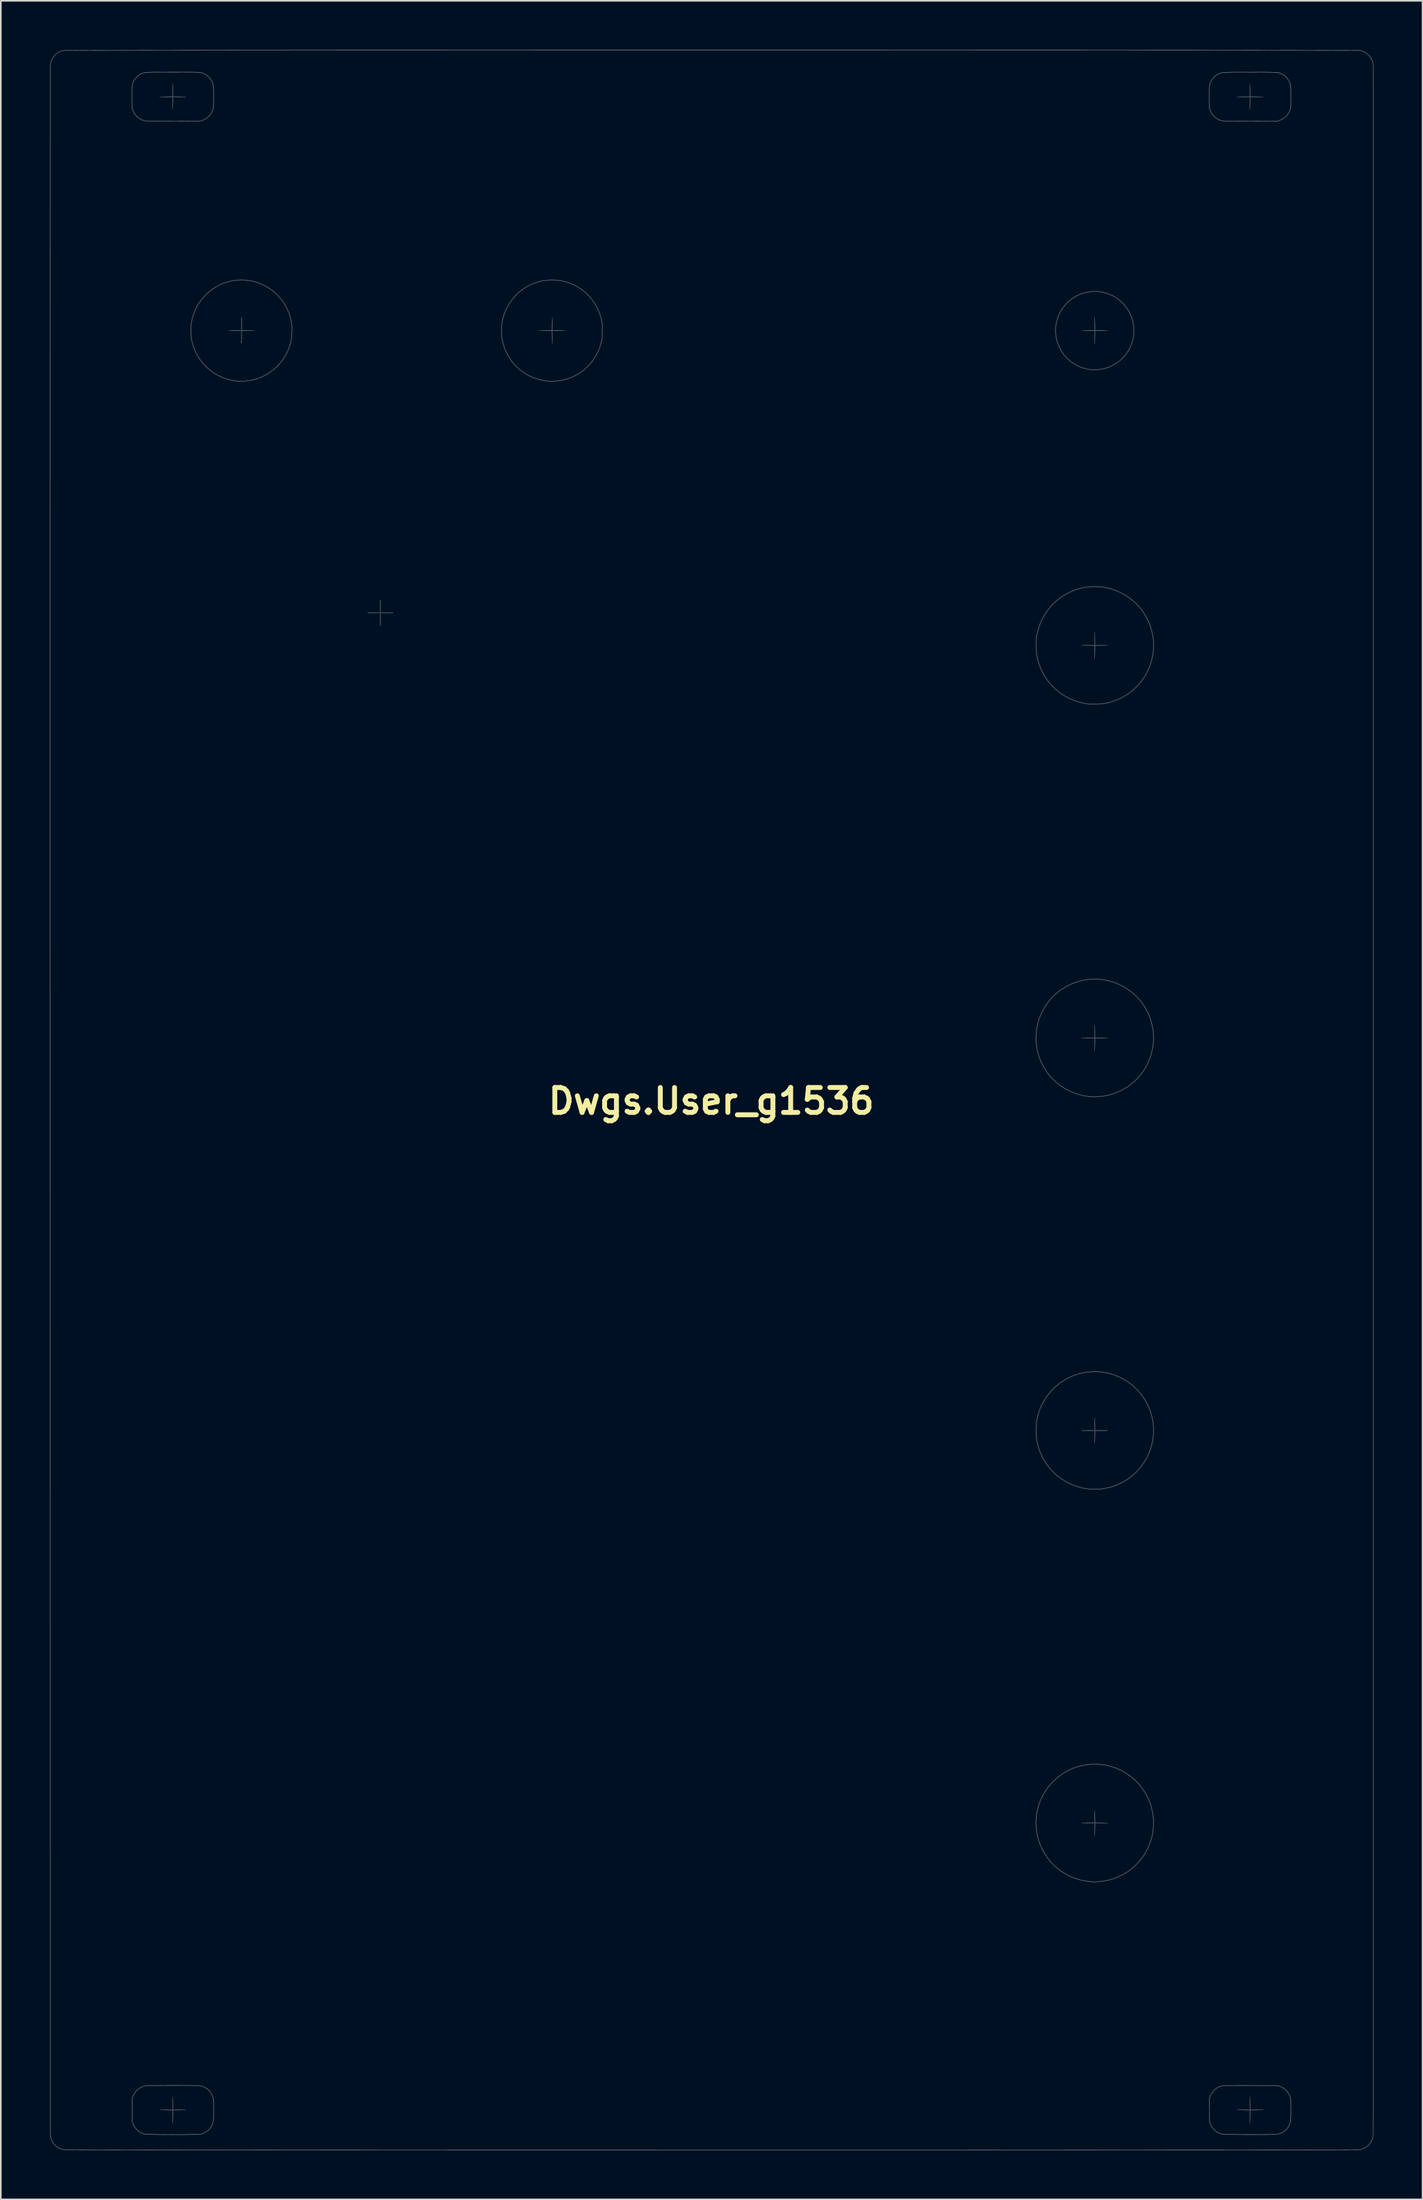
<source format=kicad_pcb>
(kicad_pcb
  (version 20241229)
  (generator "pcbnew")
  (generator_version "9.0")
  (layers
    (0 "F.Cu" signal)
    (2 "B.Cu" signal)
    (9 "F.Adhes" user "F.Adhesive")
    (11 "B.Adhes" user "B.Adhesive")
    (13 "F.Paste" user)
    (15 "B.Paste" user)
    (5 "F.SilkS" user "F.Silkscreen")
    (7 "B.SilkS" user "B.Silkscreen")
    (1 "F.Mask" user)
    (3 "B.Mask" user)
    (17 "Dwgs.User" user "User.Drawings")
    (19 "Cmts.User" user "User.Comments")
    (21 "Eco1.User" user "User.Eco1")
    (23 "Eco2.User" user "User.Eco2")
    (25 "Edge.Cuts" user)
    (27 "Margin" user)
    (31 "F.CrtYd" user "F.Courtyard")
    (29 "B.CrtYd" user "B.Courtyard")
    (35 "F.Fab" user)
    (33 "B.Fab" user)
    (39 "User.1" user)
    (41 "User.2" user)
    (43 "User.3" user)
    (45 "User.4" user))
  (footprint "Dwgs.User_g1536"
    (layer "F.Cu")
    (at 40.497 64.33)
    (property "Reference" "Dwgs.User_g1536" (at 0 0 0) (layer "F.SilkS") (effects (font (size 1.524 1.524) (thickness 0.3))))
    (attr through_hole)
    (fp_poly (pts (xy -32.961 61.325) (xy -32.956 61.721) (xy -32.163 61.734) (xy -32.559 61.738) (xy -32.956 61.743) (xy -32.968 62.537) (xy -32.978 61.744) (xy -33.771 61.732) (xy -33.375 61.727) (xy -32.979 61.722) (xy -32.966 60.928) (xy -32.961 61.325)) (stroke (width 0.01) (type solid)) (fill no) (layer "Dwgs.User"))
    (fp_poly (pts (xy -9.741 -47.557) (xy -9.737 -47.16) (xy -8.943 -47.148) (xy -9.339 -47.143) (xy -9.736 -47.138) (xy -9.748 -46.344) (xy -9.753 -46.741) (xy -9.758 -47.137) (xy -10.552 -47.15) (xy -9.759 -47.159) (xy -9.746 -47.953) (xy -9.741 -47.557)) (stroke (width 0.01) (type solid)) (fill no) (layer "Dwgs.User"))
    (fp_poly (pts (xy 23.49 -47.557) (xy 23.495 -47.16) (xy 24.268 -47.148) (xy 23.882 -47.143) (xy 23.496 -47.138) (xy 23.483 -46.344) (xy 23.474 -47.137) (xy 22.68 -47.15) (xy 23.076 -47.155) (xy 23.473 -47.159) (xy 23.485 -47.953) (xy 23.49 -47.557)) (stroke (width 0.01) (type solid)) (fill no) (layer "Dwgs.User"))
    (fp_poly (pts (xy 23.49 43.767) (xy 23.495 44.153) (xy 24.268 44.165) (xy 23.882 44.17) (xy 23.496 44.175) (xy 23.483 44.969) (xy 23.474 44.176) (xy 22.68 44.163) (xy 23.076 44.158) (xy 23.473 44.154) (xy 23.485 43.381) (xy 23.49 43.767)) (stroke (width 0.01) (type solid)) (fill no) (layer "Dwgs.User"))
    (fp_poly (pts (xy 23.49 -28.295) (xy 23.495 -27.899) (xy 23.881 -27.892) (xy 24.268 -27.886) (xy 23.882 -27.881) (xy 23.496 -27.877) (xy 23.483 -27.083) (xy 23.474 -27.876) (xy 22.68 -27.888) (xy 23.076 -27.893) (xy 23.473 -27.898) (xy 23.485 -28.691) (xy 23.49 -28.295)) (stroke (width 0.01) (type solid)) (fill no) (layer "Dwgs.User"))
    (fp_poly (pts (xy 32.994 61.325) (xy 32.999 61.721) (xy 33.793 61.734) (xy 33.396 61.738) (xy 33 61.743) (xy 32.987 62.537) (xy 32.982 62.141) (xy 32.978 61.744) (xy 32.184 61.732) (xy 32.58 61.727) (xy 32.977 61.722) (xy 32.989 60.928) (xy 32.994 61.325)) (stroke (width 0.01) (type solid)) (fill no) (layer "Dwgs.User"))
    (fp_poly (pts (xy -32.961 -61.865) (xy -32.956 -61.469) (xy -32.163 -61.456) (xy -32.559 -61.452) (xy -32.956 -61.447) (xy -32.962 -61.061) (xy -32.968 -60.674) (xy -32.973 -61.06) (xy -32.978 -61.446) (xy -33.771 -61.458) (xy -33.375 -61.463) (xy -32.979 -61.468) (xy -32.966 -62.262) (xy -32.961 -61.865)) (stroke (width 0.01) (type solid)) (fill no) (layer "Dwgs.User"))
    (fp_poly (pts (xy 23.49 -4.271) (xy 23.495 -3.874) (xy 24.268 -3.862) (xy 23.882 -3.857) (xy 23.496 -3.852) (xy 23.49 -3.466) (xy 23.483 -3.08) (xy 23.479 -3.466) (xy 23.474 -3.851) (xy 22.68 -3.864) (xy 23.076 -3.869) (xy 23.473 -3.873) (xy 23.485 -4.667) (xy 23.49 -4.271)) (stroke (width 0.01) (type solid)) (fill no) (layer "Dwgs.User"))
    (fp_poly (pts (xy 32.994 -61.865) (xy 32.999 -61.469) (xy 33.793 -61.456) (xy 33.396 -61.452) (xy 33 -61.447) (xy 32.994 -61.061) (xy 32.987 -60.674) (xy 32.982 -61.06) (xy 32.978 -61.446) (xy 32.184 -61.458) (xy 32.58 -61.463) (xy 32.977 -61.468) (xy 32.989 -62.262) (xy 32.994 -61.865)) (stroke (width 0.01) (type solid)) (fill no) (layer "Dwgs.User"))
    (fp_poly (pts (xy 23.49 19.743) (xy 23.495 20.13) (xy 23.876 20.13) (xy 24.022 20.131) (xy 24.135 20.134) (xy 24.213 20.139) (xy 24.252 20.147) (xy 24.257 20.151) (xy 24.236 20.159) (xy 24.176 20.165) (xy 24.079 20.169) (xy 23.949 20.172) (xy 23.876 20.172) (xy 23.496 20.172) (xy 23.483 20.944) (xy 23.479 20.558) (xy 23.474 20.172) (xy 23.082 20.172) (xy 22.934 20.171) (xy 22.819 20.167) (xy 22.739 20.162) (xy 22.697 20.155) (xy 22.691 20.151) (xy 22.711 20.143) (xy 22.772 20.136) (xy 22.869 20.132) (xy 23 20.13) (xy 23.082 20.13) (xy 23.473 20.13) (xy 23.479 19.743) (xy 23.485 19.357) (xy 23.49 19.743)) (stroke (width 0.01) (type solid)) (fill no) (layer "Dwgs.User"))
    (fp_poly (pts (xy -28.757 -47.922) (xy -28.751 -47.862) (xy -28.747 -47.764) (xy -28.745 -47.633) (xy -28.744 -47.551) (xy -28.744 -47.16) (xy -28.358 -47.154) (xy -27.972 -47.148) (xy -28.358 -47.143) (xy -28.743 -47.138) (xy -28.749 -46.745) (xy -28.752 -46.622) (xy -28.756 -46.517) (xy -28.76 -46.435) (xy -28.765 -46.383) (xy -28.771 -46.367) (xy -28.771 -46.367) (xy -28.776 -46.393) (xy -28.78 -46.453) (xy -28.784 -46.542) (xy -28.786 -46.652) (xy -28.787 -46.76) (xy -28.787 -47.137) (xy -29.559 -47.15) (xy -29.173 -47.155) (xy -28.787 -47.159) (xy -28.787 -47.551) (xy -28.786 -47.699) (xy -28.782 -47.815) (xy -28.777 -47.895) (xy -28.77 -47.937) (xy -28.765 -47.943) (xy -28.757 -47.922)) (stroke (width 0.01) (type solid)) (fill no) (layer "Dwgs.User"))
    (fp_poly (pts (xy -20.248 -30.65) (xy -20.242 -30.59) (xy -20.238 -30.493) (xy -20.236 -30.362) (xy -20.235 -30.29) (xy -20.235 -29.909) (xy -19.854 -29.909) (xy -19.709 -29.907) (xy -19.596 -29.904) (xy -19.518 -29.899) (xy -19.478 -29.891) (xy -19.473 -29.887) (xy -19.494 -29.879) (xy -19.554 -29.873) (xy -19.651 -29.869) (xy -19.781 -29.866) (xy -19.854 -29.866) (xy -20.235 -29.866) (xy -20.235 -29.485) (xy -20.236 -29.34) (xy -20.24 -29.226) (xy -20.245 -29.149) (xy -20.252 -29.109) (xy -20.256 -29.104) (xy -20.265 -29.125) (xy -20.271 -29.185) (xy -20.275 -29.282) (xy -20.277 -29.412) (xy -20.278 -29.485) (xy -20.278 -29.866) (xy -20.659 -29.866) (xy -20.804 -29.867) (xy -20.917 -29.871) (xy -20.995 -29.876) (xy -21.035 -29.883) (xy -21.04 -29.887) (xy -21.019 -29.895) (xy -20.959 -29.902) (xy -20.862 -29.906) (xy -20.732 -29.908) (xy -20.659 -29.909) (xy -20.278 -29.909) (xy -20.278 -30.29) (xy -20.277 -30.435) (xy -20.273 -30.548) (xy -20.268 -30.626) (xy -20.261 -30.666) (xy -20.256 -30.671) (xy -20.248 -30.65)) (stroke (width 0.01) (type solid)) (fill no) (layer "Dwgs.User"))
    (fp_poly (pts (xy 23.652 -49.559) (xy 23.957 -49.517) (xy 24.257 -49.436) (xy 24.546 -49.316) (xy 24.821 -49.158) (xy 24.976 -49.044) (xy 25.134 -48.905) (xy 25.284 -48.754) (xy 25.412 -48.603) (xy 25.449 -48.553) (xy 25.539 -48.412) (xy 25.628 -48.242) (xy 25.711 -48.061) (xy 25.78 -47.882) (xy 25.818 -47.759) (xy 25.838 -47.682) (xy 25.853 -47.615) (xy 25.863 -47.548) (xy 25.869 -47.473) (xy 25.872 -47.381) (xy 25.874 -47.262) (xy 25.874 -47.149) (xy 25.873 -47.003) (xy 25.871 -46.891) (xy 25.867 -46.803) (xy 25.859 -46.73) (xy 25.848 -46.663) (xy 25.832 -46.592) (xy 25.818 -46.54) (xy 25.719 -46.249) (xy 25.585 -45.972) (xy 25.42 -45.715) (xy 25.226 -45.483) (xy 25.009 -45.282) (xy 24.977 -45.257) (xy 24.709 -45.075) (xy 24.425 -44.932) (xy 24.128 -44.827) (xy 23.822 -44.761) (xy 23.509 -44.736) (xy 23.241 -44.748) (xy 22.924 -44.8) (xy 22.622 -44.891) (xy 22.337 -45.021) (xy 22.071 -45.188) (xy 21.826 -45.392) (xy 21.734 -45.483) (xy 21.532 -45.724) (xy 21.366 -45.983) (xy 21.236 -46.256) (xy 21.143 -46.539) (xy 21.085 -46.83) (xy 21.069 -47.052) (xy 21.095 -47.052) (xy 21.126 -46.75) (xy 21.195 -46.459) (xy 21.299 -46.182) (xy 21.437 -45.921) (xy 21.606 -45.679) (xy 21.804 -45.459) (xy 22.03 -45.263) (xy 22.28 -45.095) (xy 22.553 -44.957) (xy 22.847 -44.853) (xy 23.077 -44.798) (xy 23.223 -44.779) (xy 23.396 -44.772) (xy 23.583 -44.776) (xy 23.77 -44.789) (xy 23.944 -44.812) (xy 24.077 -44.841) (xy 24.375 -44.941) (xy 24.653 -45.077) (xy 24.909 -45.246) (xy 25.14 -45.445) (xy 25.345 -45.671) (xy 25.519 -45.921) (xy 25.661 -46.191) (xy 25.767 -46.481) (xy 25.836 -46.785) (xy 25.843 -46.83) (xy 25.865 -47.137) (xy 25.847 -47.44) (xy 25.79 -47.735) (xy 25.698 -48.019) (xy 25.571 -48.289) (xy 25.413 -48.541) (xy 25.224 -48.772) (xy 25.008 -48.979) (xy 24.765 -49.159) (xy 24.499 -49.307) (xy 24.232 -49.415) (xy 23.959 -49.486) (xy 23.671 -49.524) (xy 23.376 -49.529) (xy 23.086 -49.501) (xy 22.807 -49.441) (xy 22.657 -49.391) (xy 22.367 -49.261) (xy 22.102 -49.098) (xy 21.863 -48.903) (xy 21.652 -48.682) (xy 21.471 -48.435) (xy 21.323 -48.166) (xy 21.21 -47.878) (xy 21.134 -47.573) (xy 21.104 -47.362) (xy 21.095 -47.052) (xy 21.069 -47.052) (xy 21.064 -47.124) (xy 21.079 -47.419) (xy 21.13 -47.71) (xy 21.216 -47.994) (xy 21.338 -48.267) (xy 21.496 -48.526) (xy 21.69 -48.768) (xy 21.798 -48.879) (xy 21.955 -49.021) (xy 22.105 -49.137) (xy 22.263 -49.237) (xy 22.443 -49.33) (xy 22.736 -49.447) (xy 23.037 -49.524) (xy 23.344 -49.561) (xy 23.652 -49.559)) (stroke (width 0.01) (type solid)) (fill no) (layer "Dwgs.User"))
    (fp_poly (pts (xy 23.905 -7.458) (xy 24.278 -7.394) (xy 24.646 -7.289) (xy 25.006 -7.144) (xy 25.051 -7.123) (xy 25.392 -6.936) (xy 25.706 -6.717) (xy 25.992 -6.469) (xy 26.248 -6.195) (xy 26.474 -5.896) (xy 26.666 -5.576) (xy 26.825 -5.237) (xy 26.948 -4.882) (xy 27.033 -4.513) (xy 27.08 -4.132) (xy 27.087 -3.742) (xy 27.087 -3.736) (xy 27.052 -3.347) (xy 26.978 -2.971) (xy 26.868 -2.611) (xy 26.722 -2.269) (xy 26.543 -1.946) (xy 26.333 -1.644) (xy 26.094 -1.367) (xy 25.826 -1.115) (xy 25.534 -0.891) (xy 25.217 -0.697) (xy 24.878 -0.535) (xy 24.52 -0.407) (xy 24.143 -0.315) (xy 23.898 -0.276) (xy 23.773 -0.265) (xy 23.621 -0.259) (xy 23.454 -0.257) (xy 23.288 -0.26) (xy 23.136 -0.267) (xy 23.019 -0.278) (xy 22.664 -0.343) (xy 22.309 -0.447) (xy 21.964 -0.586) (xy 21.637 -0.756) (xy 21.335 -0.955) (xy 21.333 -0.956) (xy 21.034 -1.204) (xy 20.766 -1.477) (xy 20.532 -1.773) (xy 20.331 -2.09) (xy 20.165 -2.424) (xy 20.035 -2.772) (xy 19.941 -3.132) (xy 19.884 -3.501) (xy 19.87 -3.793) (xy 19.899 -3.793) (xy 19.903 -3.601) (xy 19.917 -3.437) (xy 19.917 -3.435) (xy 19.985 -3.056) (xy 20.092 -2.692) (xy 20.234 -2.345) (xy 20.41 -2.017) (xy 20.618 -1.711) (xy 20.855 -1.429) (xy 21.12 -1.172) (xy 21.41 -0.944) (xy 21.723 -0.745) (xy 22.058 -0.578) (xy 22.411 -0.445) (xy 22.781 -0.349) (xy 23.105 -0.297) (xy 23.228 -0.288) (xy 23.38 -0.285) (xy 23.548 -0.287) (xy 23.718 -0.293) (xy 23.877 -0.305) (xy 24.013 -0.32) (xy 24.045 -0.325) (xy 24.428 -0.41) (xy 24.794 -0.533) (xy 25.141 -0.692) (xy 25.466 -0.884) (xy 25.768 -1.109) (xy 26.044 -1.364) (xy 26.293 -1.647) (xy 26.511 -1.957) (xy 26.697 -2.292) (xy 26.849 -2.65) (xy 26.867 -2.701) (xy 26.975 -3.074) (xy 27.041 -3.452) (xy 27.065 -3.832) (xy 27.049 -4.212) (xy 26.991 -4.589) (xy 26.893 -4.961) (xy 26.753 -5.325) (xy 26.712 -5.414) (xy 26.529 -5.751) (xy 26.312 -6.063) (xy 26.065 -6.349) (xy 25.79 -6.607) (xy 25.49 -6.834) (xy 25.167 -7.03) (xy 24.825 -7.191) (xy 24.466 -7.316) (xy 24.092 -7.403) (xy 23.911 -7.43) (xy 23.617 -7.452) (xy 23.304 -7.446) (xy 22.985 -7.415) (xy 22.673 -7.36) (xy 22.426 -7.295) (xy 22.067 -7.164) (xy 21.728 -6.997) (xy 21.41 -6.795) (xy 21.116 -6.563) (xy 20.849 -6.301) (xy 20.609 -6.013) (xy 20.4 -5.701) (xy 20.224 -5.368) (xy 20.082 -5.015) (xy 19.978 -4.645) (xy 19.958 -4.556) (xy 19.933 -4.393) (xy 19.914 -4.202) (xy 19.903 -3.998) (xy 19.899 -3.793) (xy 19.87 -3.793) (xy 19.865 -3.876) (xy 19.886 -4.255) (xy 19.947 -4.633) (xy 20.048 -5.009) (xy 20.056 -5.034) (xy 20.183 -5.354) (xy 20.345 -5.669) (xy 20.537 -5.969) (xy 20.753 -6.247) (xy 20.989 -6.495) (xy 21.085 -6.581) (xy 21.395 -6.823) (xy 21.723 -7.028) (xy 22.066 -7.195) (xy 22.421 -7.325) (xy 22.785 -7.416) (xy 23.156 -7.469) (xy 23.53 -7.484) (xy 23.905 -7.458)) (stroke (width 0.01) (type solid)) (fill no) (layer "Dwgs.User"))
    (fp_poly (pts (xy -9.465 -50.249) (xy -9.268 -50.228) (xy -9.175 -50.212) (xy -8.817 -50.12) (xy -8.479 -49.993) (xy -8.163 -49.831) (xy -7.87 -49.637) (xy -7.604 -49.412) (xy -7.365 -49.159) (xy -7.156 -48.88) (xy -6.978 -48.576) (xy -6.835 -48.249) (xy -6.727 -47.901) (xy -6.721 -47.879) (xy -6.657 -47.526) (xy -6.634 -47.173) (xy -6.652 -46.822) (xy -6.709 -46.476) (xy -6.804 -46.14) (xy -6.936 -45.815) (xy -7.105 -45.506) (xy -7.309 -45.216) (xy -7.548 -44.949) (xy -7.82 -44.706) (xy -8.113 -44.499) (xy -8.425 -44.33) (xy -8.753 -44.198) (xy -9.098 -44.106) (xy -9.239 -44.08) (xy -9.448 -44.054) (xy -9.663 -44.04) (xy -9.87 -44.039) (xy -10.033 -44.048) (xy -10.392 -44.104) (xy -10.738 -44.198) (xy -11.069 -44.33) (xy -11.381 -44.498) (xy -11.671 -44.699) (xy -11.937 -44.932) (xy -12.176 -45.196) (xy -12.332 -45.407) (xy -12.51 -45.708) (xy -12.653 -46.029) (xy -12.761 -46.363) (xy -12.831 -46.706) (xy -12.862 -47.047) (xy -12.824 -47.047) (xy -12.821 -46.898) (xy -12.812 -46.773) (xy -12.807 -46.732) (xy -12.737 -46.38) (xy -12.627 -46.042) (xy -12.481 -45.721) (xy -12.301 -45.42) (xy -12.088 -45.142) (xy -11.844 -44.889) (xy -11.571 -44.665) (xy -11.272 -44.472) (xy -11.19 -44.427) (xy -10.899 -44.291) (xy -10.599 -44.187) (xy -10.278 -44.109) (xy -10.223 -44.099) (xy -10.123 -44.087) (xy -9.99 -44.08) (xy -9.837 -44.077) (xy -9.674 -44.078) (xy -9.512 -44.084) (xy -9.36 -44.094) (xy -9.231 -44.107) (xy -9.144 -44.122) (xy -8.787 -44.221) (xy -8.451 -44.355) (xy -8.138 -44.524) (xy -7.849 -44.726) (xy -7.586 -44.957) (xy -7.351 -45.217) (xy -7.146 -45.504) (xy -6.973 -45.815) (xy -6.834 -46.149) (xy -6.73 -46.504) (xy -6.716 -46.567) (xy -6.698 -46.686) (xy -6.685 -46.837) (xy -6.678 -47.007) (xy -6.676 -47.186) (xy -6.68 -47.363) (xy -6.689 -47.526) (xy -6.705 -47.666) (xy -6.716 -47.731) (xy -6.811 -48.085) (xy -6.942 -48.42) (xy -7.107 -48.734) (xy -7.303 -49.023) (xy -7.528 -49.287) (xy -7.78 -49.523) (xy -8.057 -49.729) (xy -8.357 -49.903) (xy -8.677 -50.044) (xy -9.016 -50.148) (xy -9.331 -50.209) (xy -9.442 -50.219) (xy -9.583 -50.224) (xy -9.742 -50.225) (xy -9.907 -50.22) (xy -10.069 -50.212) (xy -10.214 -50.199) (xy -10.334 -50.183) (xy -10.372 -50.176) (xy -10.726 -50.077) (xy -11.06 -49.942) (xy -11.371 -49.773) (xy -11.659 -49.571) (xy -11.921 -49.339) (xy -12.155 -49.079) (xy -12.359 -48.793) (xy -12.53 -48.482) (xy -12.668 -48.15) (xy -12.769 -47.797) (xy -12.774 -47.773) (xy -12.792 -47.668) (xy -12.806 -47.531) (xy -12.816 -47.375) (xy -12.822 -47.21) (xy -12.824 -47.047) (xy -12.862 -47.047) (xy -12.862 -47.053) (xy -12.854 -47.398) (xy -12.849 -47.446) (xy -12.791 -47.809) (xy -12.695 -48.157) (xy -12.562 -48.487) (xy -12.394 -48.797) (xy -12.192 -49.085) (xy -11.958 -49.349) (xy -11.693 -49.586) (xy -11.4 -49.793) (xy -11.136 -49.942) (xy -10.995 -50.005) (xy -10.827 -50.069) (xy -10.646 -50.129) (xy -10.467 -50.18) (xy -10.305 -50.218) (xy -10.287 -50.221) (xy -10.106 -50.245) (xy -9.899 -50.258) (xy -9.68 -50.259) (xy -9.465 -50.249)) (stroke (width 0.01) (type solid)) (fill no) (layer "Dwgs.User"))
    (fp_poly (pts (xy 23.8 16.549) (xy 23.85 16.554) (xy 24.237 16.617) (xy 24.608 16.717) (xy 24.961 16.854) (xy 25.294 17.024) (xy 25.606 17.226) (xy 25.894 17.458) (xy 26.156 17.717) (xy 26.39 18.003) (xy 26.594 18.312) (xy 26.767 18.643) (xy 26.905 18.994) (xy 27.006 19.363) (xy 27.062 19.678) (xy 27.092 20.064) (xy 27.082 20.443) (xy 27.033 20.813) (xy 26.948 21.171) (xy 26.828 21.516) (xy 26.674 21.844) (xy 26.489 22.155) (xy 26.273 22.445) (xy 26.03 22.712) (xy 25.761 22.954) (xy 25.467 23.169) (xy 25.15 23.355) (xy 24.812 23.51) (xy 24.455 23.63) (xy 24.08 23.715) (xy 23.85 23.748) (xy 23.725 23.758) (xy 23.583 23.764) (xy 23.439 23.767) (xy 23.307 23.764) (xy 23.2 23.758) (xy 23.188 23.756) (xy 23.013 23.734) (xy 22.866 23.712) (xy 22.734 23.687) (xy 22.604 23.657) (xy 22.548 23.643) (xy 22.188 23.528) (xy 21.843 23.376) (xy 21.516 23.187) (xy 21.211 22.966) (xy 20.929 22.714) (xy 20.675 22.434) (xy 20.451 22.127) (xy 20.26 21.798) (xy 20.237 21.751) (xy 20.085 21.396) (xy 19.973 21.032) (xy 19.901 20.662) (xy 19.868 20.29) (xy 19.87 20.14) (xy 19.908 20.14) (xy 19.908 20.301) (xy 19.91 20.428) (xy 19.914 20.53) (xy 19.92 20.615) (xy 19.929 20.692) (xy 19.943 20.769) (xy 19.957 20.839) (xy 20.06 21.223) (xy 20.198 21.588) (xy 20.371 21.931) (xy 20.576 22.251) (xy 20.812 22.545) (xy 21.077 22.811) (xy 21.369 23.049) (xy 21.686 23.254) (xy 22.028 23.427) (xy 22.369 23.557) (xy 22.74 23.658) (xy 23.108 23.718) (xy 23.478 23.737) (xy 23.856 23.715) (xy 24.024 23.694) (xy 24.404 23.615) (xy 24.768 23.497) (xy 25.116 23.341) (xy 25.446 23.147) (xy 25.756 22.916) (xy 25.969 22.724) (xy 26.237 22.435) (xy 26.469 22.123) (xy 26.665 21.791) (xy 26.824 21.439) (xy 26.945 21.069) (xy 27.012 20.766) (xy 27.04 20.559) (xy 27.056 20.328) (xy 27.059 20.085) (xy 27.05 19.848) (xy 27.028 19.629) (xy 27.013 19.535) (xy 26.924 19.159) (xy 26.799 18.802) (xy 26.64 18.465) (xy 26.45 18.15) (xy 26.231 17.858) (xy 25.986 17.592) (xy 25.716 17.353) (xy 25.424 17.142) (xy 25.113 16.961) (xy 24.784 16.812) (xy 24.441 16.697) (xy 24.086 16.616) (xy 23.72 16.572) (xy 23.347 16.566) (xy 22.969 16.6) (xy 22.755 16.637) (xy 22.388 16.733) (xy 22.036 16.867) (xy 21.701 17.037) (xy 21.387 17.241) (xy 21.095 17.475) (xy 20.829 17.739) (xy 20.591 18.029) (xy 20.384 18.343) (xy 20.21 18.679) (xy 20.079 19.013) (xy 20.024 19.182) (xy 19.983 19.332) (xy 19.952 19.472) (xy 19.931 19.613) (xy 19.917 19.765) (xy 19.91 19.938) (xy 19.908 20.14) (xy 19.87 20.14) (xy 19.872 19.918) (xy 19.915 19.55) (xy 19.994 19.189) (xy 20.111 18.837) (xy 20.263 18.497) (xy 20.45 18.174) (xy 20.673 17.869) (xy 20.93 17.586) (xy 21.007 17.512) (xy 21.303 17.264) (xy 21.621 17.05) (xy 21.958 16.872) (xy 22.309 16.73) (xy 22.673 16.625) (xy 23.045 16.559) (xy 23.422 16.534) (xy 23.8 16.549)) (stroke (width 0.01) (type solid)) (fill no) (layer "Dwgs.User"))
    (fp_poly (pts (xy 23.717 40.564) (xy 24.064 40.599) (xy 24.398 40.669) (xy 24.728 40.776) (xy 25.051 40.915) (xy 25.392 41.102) (xy 25.707 41.321) (xy 25.993 41.569) (xy 26.25 41.844) (xy 26.476 42.143) (xy 26.669 42.465) (xy 26.828 42.807) (xy 26.951 43.165) (xy 27.036 43.539) (xy 27.082 43.924) (xy 27.087 44.027) (xy 27.087 44.358) (xy 27.059 44.671) (xy 27.001 44.979) (xy 26.911 45.297) (xy 26.903 45.32) (xy 26.762 45.68) (xy 26.586 46.018) (xy 26.378 46.332) (xy 26.139 46.62) (xy 25.873 46.881) (xy 25.58 47.112) (xy 25.265 47.312) (xy 24.929 47.48) (xy 24.574 47.613) (xy 24.202 47.709) (xy 23.817 47.767) (xy 23.743 47.773) (xy 23.632 47.782) (xy 23.549 47.787) (xy 23.481 47.79) (xy 23.416 47.789) (xy 23.342 47.785) (xy 23.246 47.778) (xy 23.16 47.77) (xy 22.807 47.722) (xy 22.455 47.634) (xy 22.111 47.512) (xy 21.779 47.356) (xy 21.465 47.171) (xy 21.174 46.958) (xy 20.911 46.721) (xy 20.764 46.561) (xy 20.525 46.25) (xy 20.322 45.924) (xy 20.157 45.584) (xy 20.028 45.234) (xy 19.937 44.876) (xy 19.882 44.513) (xy 19.864 44.149) (xy 19.869 44.062) (xy 19.9 44.062) (xy 19.902 44.253) (xy 19.91 44.446) (xy 19.925 44.629) (xy 19.946 44.789) (xy 19.958 44.856) (xy 20.056 45.237) (xy 20.192 45.598) (xy 20.361 45.937) (xy 20.564 46.254) (xy 20.797 46.546) (xy 21.059 46.811) (xy 21.347 47.048) (xy 21.66 47.255) (xy 21.996 47.429) (xy 22.353 47.57) (xy 22.728 47.675) (xy 23.082 47.737) (xy 23.174 47.745) (xy 23.296 47.749) (xy 23.439 47.749) (xy 23.589 47.747) (xy 23.737 47.741) (xy 23.871 47.732) (xy 23.98 47.721) (xy 23.998 47.719) (xy 24.375 47.642) (xy 24.743 47.523) (xy 25.1 47.364) (xy 25.445 47.166) (xy 25.633 47.037) (xy 25.747 46.945) (xy 25.877 46.828) (xy 26.014 46.694) (xy 26.148 46.553) (xy 26.272 46.413) (xy 26.375 46.283) (xy 26.4 46.249) (xy 26.567 45.987) (xy 26.717 45.699) (xy 26.844 45.396) (xy 26.944 45.091) (xy 26.988 44.911) (xy 27.047 44.531) (xy 27.064 44.149) (xy 27.042 43.769) (xy 26.979 43.394) (xy 26.877 43.028) (xy 26.737 42.674) (xy 26.558 42.336) (xy 26.461 42.182) (xy 26.255 41.901) (xy 26.035 41.653) (xy 25.793 41.43) (xy 25.519 41.223) (xy 25.466 41.187) (xy 25.135 40.99) (xy 24.792 40.832) (xy 24.439 40.713) (xy 24.079 40.632) (xy 23.716 40.589) (xy 23.351 40.584) (xy 22.987 40.616) (xy 22.629 40.685) (xy 22.278 40.79) (xy 21.939 40.932) (xy 21.612 41.109) (xy 21.302 41.322) (xy 21.012 41.571) (xy 20.868 41.716) (xy 20.617 42.013) (xy 20.401 42.333) (xy 20.221 42.674) (xy 20.079 43.032) (xy 19.975 43.404) (xy 19.917 43.738) (xy 19.905 43.886) (xy 19.9 44.062) (xy 19.869 44.062) (xy 19.883 43.786) (xy 19.939 43.426) (xy 20.031 43.073) (xy 20.16 42.729) (xy 20.326 42.397) (xy 20.528 42.081) (xy 20.766 41.782) (xy 20.854 41.687) (xy 21.144 41.411) (xy 21.453 41.173) (xy 21.779 40.974) (xy 22.122 40.814) (xy 22.482 40.692) (xy 22.859 40.609) (xy 23.251 40.566) (xy 23.35 40.561) (xy 23.717 40.564)) (stroke (width 0.01) (type solid)) (fill no) (layer "Dwgs.User"))
    (fp_poly (pts (xy -28.591 -50.256) (xy -28.406 -50.244) (xy -28.246 -50.225) (xy -28.215 -50.219) (xy -27.86 -50.131) (xy -27.522 -50.005) (xy -27.205 -49.844) (xy -26.91 -49.651) (xy -26.64 -49.426) (xy -26.397 -49.173) (xy -26.184 -48.893) (xy -26.002 -48.587) (xy -25.854 -48.259) (xy -25.801 -48.109) (xy -25.729 -47.853) (xy -25.683 -47.6) (xy -25.661 -47.334) (xy -25.661 -47.053) (xy -25.691 -46.685) (xy -25.758 -46.337) (xy -25.863 -46.009) (xy -26.004 -45.699) (xy -26.184 -45.405) (xy -26.404 -45.127) (xy -26.563 -44.957) (xy -26.835 -44.712) (xy -27.12 -44.506) (xy -27.422 -44.338) (xy -27.742 -44.208) (xy -28.082 -44.113) (xy -28.446 -44.054) (xy -28.488 -44.049) (xy -28.628 -44.036) (xy -28.744 -44.031) (xy -28.855 -44.032) (xy -28.978 -44.041) (xy -29.071 -44.05) (xy -29.435 -44.108) (xy -29.781 -44.205) (xy -30.11 -44.34) (xy -30.42 -44.514) (xy -30.712 -44.725) (xy -30.968 -44.957) (xy -31.205 -45.218) (xy -31.404 -45.493) (xy -31.568 -45.786) (xy -31.7 -46.101) (xy -31.801 -46.443) (xy -31.819 -46.52) (xy -31.841 -46.653) (xy -31.856 -46.815) (xy -31.866 -46.997) (xy -31.868 -47.187) (xy -31.868 -47.209) (xy -31.845 -47.209) (xy -31.843 -47.009) (xy -31.833 -46.822) (xy -31.814 -46.659) (xy -31.807 -46.62) (xy -31.715 -46.255) (xy -31.585 -45.908) (xy -31.417 -45.581) (xy -31.3 -45.395) (xy -31.203 -45.266) (xy -31.082 -45.125) (xy -30.947 -44.981) (xy -30.807 -44.844) (xy -30.673 -44.726) (xy -30.596 -44.666) (xy -30.311 -44.481) (xy -29.999 -44.325) (xy -29.669 -44.202) (xy -29.326 -44.114) (xy -29.194 -44.091) (xy -29.107 -44.082) (xy -28.988 -44.078) (xy -28.847 -44.077) (xy -28.694 -44.079) (xy -28.54 -44.085) (xy -28.395 -44.094) (xy -28.269 -44.105) (xy -28.172 -44.118) (xy -28.152 -44.122) (xy -27.8 -44.22) (xy -27.466 -44.354) (xy -27.154 -44.524) (xy -26.865 -44.725) (xy -26.601 -44.957) (xy -26.366 -45.218) (xy -26.16 -45.504) (xy -25.987 -45.815) (xy -25.849 -46.149) (xy -25.835 -46.189) (xy -25.776 -46.38) (xy -25.734 -46.559) (xy -25.707 -46.739) (xy -25.692 -46.934) (xy -25.688 -47.156) (xy -25.688 -47.159) (xy -25.701 -47.478) (xy -25.742 -47.774) (xy -25.814 -48.057) (xy -25.918 -48.339) (xy -25.983 -48.485) (xy -26.141 -48.769) (xy -26.333 -49.041) (xy -26.555 -49.295) (xy -26.802 -49.524) (xy -27.066 -49.724) (xy -27.343 -49.888) (xy -27.359 -49.896) (xy -27.65 -50.027) (xy -27.933 -50.124) (xy -28.219 -50.188) (xy -28.519 -50.223) (xy -28.771 -50.231) (xy -29.039 -50.221) (xy -29.286 -50.191) (xy -29.528 -50.138) (xy -29.72 -50.08) (xy -30.018 -49.967) (xy -30.289 -49.831) (xy -30.542 -49.668) (xy -30.785 -49.472) (xy -30.947 -49.319) (xy -31.187 -49.053) (xy -31.39 -48.77) (xy -31.556 -48.467) (xy -31.687 -48.142) (xy -31.786 -47.791) (xy -31.796 -47.745) (xy -31.821 -47.59) (xy -31.837 -47.406) (xy -31.845 -47.209) (xy -31.868 -47.209) (xy -31.864 -47.374) (xy -31.854 -47.546) (xy -31.837 -47.692) (xy -31.828 -47.737) (xy -31.738 -48.089) (xy -31.613 -48.418) (xy -31.453 -48.726) (xy -31.255 -49.015) (xy -31.019 -49.29) (xy -30.958 -49.351) (xy -30.689 -49.594) (xy -30.407 -49.797) (xy -30.109 -49.964) (xy -29.79 -50.094) (xy -29.447 -50.192) (xy -29.316 -50.219) (xy -29.164 -50.241) (xy -28.983 -50.254) (xy -28.788 -50.259) (xy -28.591 -50.256)) (stroke (width 0.01) (type solid)) (fill no) (layer "Dwgs.User"))
    (fp_poly (pts (xy -32.78 60.216) (xy -32.54 60.216) (xy -32.307 60.218) (xy -32.086 60.22) (xy -31.88 60.223) (xy -31.694 60.227) (xy -31.531 60.231) (xy -31.397 60.236) (xy -31.295 60.242) (xy -31.229 60.248) (xy -31.211 60.252) (xy -31.019 60.323) (xy -30.849 60.428) (xy -30.705 60.565) (xy -30.589 60.73) (xy -30.506 60.918) (xy -30.501 60.934) (xy -30.489 60.976) (xy -30.48 61.019) (xy -30.472 61.069) (xy -30.467 61.131) (xy -30.463 61.211) (xy -30.461 61.313) (xy -30.459 61.443) (xy -30.459 61.607) (xy -30.459 61.733) (xy -30.459 61.921) (xy -30.46 62.072) (xy -30.462 62.192) (xy -30.464 62.286) (xy -30.469 62.358) (xy -30.475 62.415) (xy -30.483 62.462) (xy -30.493 62.504) (xy -30.501 62.531) (xy -30.58 62.719) (xy -30.693 62.885) (xy -30.834 63.023) (xy -31 63.131) (xy -31.187 63.204) (xy -31.225 63.214) (xy -31.274 63.22) (xy -31.361 63.226) (xy -31.482 63.231) (xy -31.632 63.236) (xy -31.808 63.239) (xy -32.005 63.242) (xy -32.219 63.245) (xy -32.447 63.246) (xy -32.684 63.247) (xy -32.926 63.248) (xy -33.168 63.248) (xy -33.408 63.247) (xy -33.64 63.245) (xy -33.861 63.243) (xy -34.066 63.24) (xy -34.251 63.236) (xy -34.413 63.232) (xy -34.547 63.227) (xy -34.648 63.222) (xy -34.714 63.216) (xy -34.732 63.213) (xy -34.919 63.141) (xy -35.088 63.033) (xy -35.233 62.894) (xy -35.351 62.727) (xy -35.386 62.66) (xy -35.465 62.495) (xy -35.465 61.541) (xy -35.451 61.541) (xy -35.45 61.767) (xy -35.45 61.801) (xy -35.448 61.985) (xy -35.446 62.133) (xy -35.443 62.249) (xy -35.439 62.338) (xy -35.435 62.406) (xy -35.428 62.457) (xy -35.42 62.498) (xy -35.409 62.533) (xy -35.396 62.567) (xy -35.298 62.757) (xy -35.17 62.918) (xy -35.015 63.048) (xy -34.835 63.144) (xy -34.639 63.204) (xy -34.605 63.206) (xy -34.532 63.209) (xy -34.423 63.211) (xy -34.282 63.213) (xy -34.113 63.215) (xy -33.919 63.216) (xy -33.703 63.217) (xy -33.469 63.218) (xy -33.22 63.218) (xy -32.959 63.218) (xy -32.914 63.218) (xy -31.274 63.214) (xy -31.147 63.164) (xy -30.951 63.066) (xy -30.788 62.942) (xy -30.659 62.794) (xy -30.564 62.62) (xy -30.512 62.458) (xy -30.501 62.387) (xy -30.492 62.281) (xy -30.485 62.147) (xy -30.481 61.994) (xy -30.479 61.83) (xy -30.479 61.66) (xy -30.481 61.494) (xy -30.485 61.339) (xy -30.491 61.202) (xy -30.5 61.091) (xy -30.511 61.013) (xy -30.513 61.004) (xy -30.577 60.818) (xy -30.677 60.651) (xy -30.808 60.506) (xy -30.964 60.389) (xy -31.14 60.305) (xy -31.294 60.263) (xy -31.344 60.258) (xy -31.437 60.254) (xy -31.572 60.25) (xy -31.747 60.247) (xy -31.964 60.244) (xy -32.221 60.242) (xy -32.517 60.241) (xy -32.854 60.24) (xy -32.967 60.24) (xy -33.316 60.241) (xy -33.625 60.242) (xy -33.894 60.243) (xy -34.123 60.246) (xy -34.312 60.249) (xy -34.459 60.252) (xy -34.565 60.257) (xy -34.629 60.262) (xy -34.641 60.263) (xy -34.828 60.318) (xy -35 60.409) (xy -35.152 60.531) (xy -35.278 60.679) (xy -35.373 60.848) (xy -35.433 61.033) (xy -35.433 61.034) (xy -35.441 61.099) (xy -35.447 61.206) (xy -35.45 61.354) (xy -35.451 61.541) (xy -35.465 61.541) (xy -35.465 60.971) (xy -35.386 60.805) (xy -35.277 60.625) (xy -35.14 60.474) (xy -34.977 60.356) (xy -34.79 60.272) (xy -34.72 60.251) (xy -34.672 60.244) (xy -34.587 60.238) (xy -34.467 60.233) (xy -34.318 60.228) (xy -34.142 60.224) (xy -33.945 60.221) (xy -33.731 60.219) (xy -33.503 60.217) (xy -33.266 60.216) (xy -33.023 60.215) (xy -32.78 60.216)) (stroke (width 0.01) (type solid)) (fill no) (layer "Dwgs.User"))
    (fp_poly (pts (xy 23.636 -31.484) (xy 23.764 -31.483) (xy 23.867 -31.479) (xy 23.952 -31.473) (xy 24.029 -31.464) (xy 24.104 -31.452) (xy 24.183 -31.436) (xy 24.574 -31.332) (xy 24.944 -31.191) (xy 25.291 -31.015) (xy 25.615 -30.804) (xy 25.915 -30.559) (xy 26.189 -30.28) (xy 26.427 -29.983) (xy 26.515 -29.849) (xy 26.609 -29.688) (xy 26.702 -29.511) (xy 26.789 -29.33) (xy 26.863 -29.157) (xy 26.918 -29.005) (xy 26.921 -28.998) (xy 27.019 -28.615) (xy 27.077 -28.23) (xy 27.093 -27.844) (xy 27.069 -27.462) (xy 27.004 -27.085) (xy 26.899 -26.716) (xy 26.755 -26.358) (xy 26.572 -26.013) (xy 26.506 -25.908) (xy 26.281 -25.6) (xy 26.025 -25.317) (xy 25.74 -25.063) (xy 25.43 -24.84) (xy 25.099 -24.651) (xy 24.75 -24.499) (xy 24.579 -24.44) (xy 24.418 -24.391) (xy 24.272 -24.354) (xy 24.131 -24.327) (xy 23.985 -24.309) (xy 23.822 -24.297) (xy 23.632 -24.29) (xy 23.548 -24.289) (xy 23.411 -24.287) (xy 23.285 -24.287) (xy 23.177 -24.287) (xy 23.095 -24.288) (xy 23.046 -24.291) (xy 23.04 -24.292) (xy 22.634 -24.372) (xy 22.25 -24.488) (xy 21.889 -24.639) (xy 21.551 -24.827) (xy 21.236 -25.049) (xy 20.945 -25.307) (xy 20.93 -25.322) (xy 20.672 -25.608) (xy 20.449 -25.915) (xy 20.261 -26.241) (xy 20.108 -26.582) (xy 19.992 -26.935) (xy 19.913 -27.298) (xy 19.871 -27.666) (xy 19.868 -27.887) (xy 19.909 -27.887) (xy 19.911 -27.682) (xy 19.918 -27.508) (xy 19.931 -27.356) (xy 19.952 -27.214) (xy 19.983 -27.073) (xy 20.026 -26.921) (xy 20.078 -26.755) (xy 20.217 -26.4) (xy 20.392 -26.066) (xy 20.6 -25.753) (xy 20.839 -25.465) (xy 21.105 -25.203) (xy 21.397 -24.97) (xy 21.712 -24.769) (xy 22.047 -24.6) (xy 22.399 -24.468) (xy 22.765 -24.373) (xy 22.811 -24.364) (xy 22.913 -24.346) (xy 23.007 -24.33) (xy 23.08 -24.318) (xy 23.114 -24.314) (xy 23.225 -24.306) (xy 23.365 -24.303) (xy 23.52 -24.304) (xy 23.676 -24.309) (xy 23.821 -24.318) (xy 23.939 -24.33) (xy 23.94 -24.33) (xy 24.307 -24.397) (xy 24.66 -24.502) (xy 25.005 -24.645) (xy 25.125 -24.704) (xy 25.459 -24.9) (xy 25.766 -25.127) (xy 26.045 -25.385) (xy 26.294 -25.669) (xy 26.513 -25.979) (xy 26.698 -26.312) (xy 26.848 -26.666) (xy 26.963 -27.038) (xy 27.033 -27.379) (xy 27.045 -27.489) (xy 27.053 -27.63) (xy 27.058 -27.789) (xy 27.058 -27.955) (xy 27.054 -28.117) (xy 27.047 -28.261) (xy 27.035 -28.378) (xy 27.032 -28.395) (xy 26.95 -28.785) (xy 26.831 -29.156) (xy 26.675 -29.508) (xy 26.486 -29.839) (xy 26.264 -30.145) (xy 26.01 -30.426) (xy 25.726 -30.679) (xy 25.414 -30.902) (xy 25.074 -31.094) (xy 25.051 -31.106) (xy 24.694 -31.257) (xy 24.33 -31.368) (xy 23.962 -31.44) (xy 23.592 -31.471) (xy 23.224 -31.465) (xy 22.859 -31.42) (xy 22.501 -31.337) (xy 22.153 -31.218) (xy 21.817 -31.063) (xy 21.496 -30.872) (xy 21.193 -30.646) (xy 20.911 -30.385) (xy 20.702 -30.152) (xy 20.479 -29.848) (xy 20.289 -29.518) (xy 20.131 -29.164) (xy 20.009 -28.788) (xy 19.957 -28.575) (xy 19.94 -28.494) (xy 19.928 -28.418) (xy 19.919 -28.339) (xy 19.914 -28.249) (xy 19.91 -28.14) (xy 19.909 -28.002) (xy 19.909 -27.887) (xy 19.868 -27.887) (xy 19.867 -28.038) (xy 19.901 -28.409) (xy 19.974 -28.776) (xy 20.087 -29.138) (xy 20.212 -29.432) (xy 20.4 -29.779) (xy 20.621 -30.099) (xy 20.871 -30.391) (xy 21.15 -30.653) (xy 21.455 -30.883) (xy 21.784 -31.08) (xy 22.135 -31.242) (xy 22.331 -31.314) (xy 22.499 -31.368) (xy 22.648 -31.409) (xy 22.788 -31.44) (xy 22.928 -31.461) (xy 23.08 -31.475) (xy 23.252 -31.482) (xy 23.456 -31.485) (xy 23.474 -31.485) (xy 23.636 -31.484)) (stroke (width 0.01) (type solid)) (fill no) (layer "Dwgs.User"))
    (fp_poly (pts (xy 33.134 -62.973) (xy 33.374 -62.972) (xy 33.607 -62.971) (xy 33.83 -62.969) (xy 34.038 -62.967) (xy 34.227 -62.964) (xy 34.393 -62.961) (xy 34.533 -62.957) (xy 34.641 -62.952) (xy 34.715 -62.947) (xy 34.745 -62.942) (xy 34.933 -62.87) (xy 35.103 -62.764) (xy 35.248 -62.627) (xy 35.365 -62.465) (xy 35.449 -62.282) (xy 35.468 -62.219) (xy 35.477 -62.172) (xy 35.484 -62.102) (xy 35.489 -62.005) (xy 35.493 -61.878) (xy 35.495 -61.716) (xy 35.496 -61.517) (xy 35.496 -61.454) (xy 35.496 -61.267) (xy 35.495 -61.116) (xy 35.494 -60.997) (xy 35.491 -60.904) (xy 35.487 -60.832) (xy 35.481 -60.775) (xy 35.473 -60.728) (xy 35.462 -60.686) (xy 35.454 -60.657) (xy 35.374 -60.468) (xy 35.261 -60.304) (xy 35.114 -60.165) (xy 34.934 -60.053) (xy 34.83 -60.005) (xy 34.703 -59.955) (xy 33.041 -59.951) (xy 32.709 -59.95) (xy 32.418 -59.95) (xy 32.164 -59.95) (xy 31.947 -59.951) (xy 31.763 -59.953) (xy 31.611 -59.955) (xy 31.489 -59.958) (xy 31.394 -59.961) (xy 31.324 -59.965) (xy 31.278 -59.97) (xy 31.262 -59.972) (xy 31.075 -60.035) (xy 30.903 -60.133) (xy 30.753 -60.264) (xy 30.629 -60.422) (xy 30.57 -60.529) (xy 30.491 -60.695) (xy 30.484 -61.404) (xy 30.484 -61.421) (xy 30.499 -61.421) (xy 30.5 -61.254) (xy 30.504 -61.097) (xy 30.509 -60.956) (xy 30.517 -60.838) (xy 30.527 -60.751) (xy 30.534 -60.717) (xy 30.601 -60.538) (xy 30.703 -60.375) (xy 30.833 -60.233) (xy 30.986 -60.118) (xy 31.157 -60.035) (xy 31.337 -59.989) (xy 31.385 -59.985) (xy 31.471 -59.981) (xy 31.591 -59.978) (xy 31.74 -59.976) (xy 31.914 -59.974) (xy 32.109 -59.972) (xy 32.321 -59.97) (xy 32.545 -59.969) (xy 32.776 -59.969) (xy 33.012 -59.968) (xy 33.247 -59.969) (xy 33.477 -59.969) (xy 33.698 -59.97) (xy 33.905 -59.971) (xy 34.094 -59.973) (xy 34.262 -59.975) (xy 34.403 -59.978) (xy 34.513 -59.981) (xy 34.588 -59.984) (xy 34.618 -59.987) (xy 34.807 -60.034) (xy 34.982 -60.118) (xy 35.138 -60.233) (xy 35.27 -60.375) (xy 35.373 -60.539) (xy 35.441 -60.72) (xy 35.452 -60.765) (xy 35.461 -60.832) (xy 35.468 -60.932) (xy 35.473 -61.059) (xy 35.476 -61.205) (xy 35.477 -61.364) (xy 35.476 -61.527) (xy 35.474 -61.688) (xy 35.47 -61.84) (xy 35.464 -61.976) (xy 35.457 -62.087) (xy 35.449 -62.168) (xy 35.443 -62.198) (xy 35.375 -62.38) (xy 35.273 -62.546) (xy 35.142 -62.69) (xy 34.988 -62.806) (xy 34.816 -62.889) (xy 34.673 -62.928) (xy 34.63 -62.932) (xy 34.549 -62.936) (xy 34.433 -62.939) (xy 34.288 -62.942) (xy 34.117 -62.944) (xy 33.924 -62.946) (xy 33.715 -62.948) (xy 33.492 -62.949) (xy 33.26 -62.95) (xy 33.024 -62.95) (xy 32.787 -62.95) (xy 32.553 -62.949) (xy 32.327 -62.948) (xy 32.113 -62.947) (xy 31.915 -62.945) (xy 31.737 -62.943) (xy 31.584 -62.94) (xy 31.459 -62.937) (xy 31.367 -62.933) (xy 31.312 -62.929) (xy 31.303 -62.928) (xy 31.115 -62.872) (xy 30.944 -62.779) (xy 30.795 -62.654) (xy 30.671 -62.502) (xy 30.577 -62.327) (xy 30.533 -62.194) (xy 30.522 -62.128) (xy 30.513 -62.028) (xy 30.506 -61.899) (xy 30.502 -61.75) (xy 30.499 -61.588) (xy 30.499 -61.421) (xy 30.484 -61.421) (xy 30.482 -61.621) (xy 30.482 -61.801) (xy 30.485 -61.948) (xy 30.49 -62.068) (xy 30.499 -62.165) (xy 30.512 -62.245) (xy 30.53 -62.313) (xy 30.554 -62.373) (xy 30.584 -62.43) (xy 30.62 -62.49) (xy 30.627 -62.5) (xy 30.758 -62.666) (xy 30.915 -62.798) (xy 31.097 -62.896) (xy 31.231 -62.942) (xy 31.274 -62.948) (xy 31.355 -62.953) (xy 31.47 -62.957) (xy 31.616 -62.961) (xy 31.787 -62.965) (xy 31.981 -62.967) (xy 32.192 -62.97) (xy 32.417 -62.971) (xy 32.652 -62.973) (xy 32.892 -62.973) (xy 33.134 -62.973)) (stroke (width 0.01) (type solid)) (fill no) (layer "Dwgs.User"))
    (fp_poly (pts (xy 33.175 60.216) (xy 33.415 60.216) (xy 33.648 60.218) (xy 33.87 60.22) (xy 34.075 60.223) (xy 34.262 60.227) (xy 34.424 60.231) (xy 34.558 60.236) (xy 34.661 60.242) (xy 34.727 60.248) (xy 34.744 60.252) (xy 34.936 60.323) (xy 35.106 60.428) (xy 35.251 60.566) (xy 35.367 60.732) (xy 35.451 60.923) (xy 35.462 60.959) (xy 35.472 60.999) (xy 35.48 61.048) (xy 35.486 61.111) (xy 35.491 61.194) (xy 35.494 61.301) (xy 35.496 61.436) (xy 35.496 61.606) (xy 35.496 61.734) (xy 35.496 61.943) (xy 35.494 62.116) (xy 35.49 62.256) (xy 35.482 62.371) (xy 35.47 62.464) (xy 35.453 62.542) (xy 35.431 62.61) (xy 35.402 62.674) (xy 35.365 62.737) (xy 35.33 62.792) (xy 35.255 62.898) (xy 35.18 62.979) (xy 35.09 63.05) (xy 35.002 63.106) (xy 34.961 63.131) (xy 34.922 63.152) (xy 34.882 63.171) (xy 34.839 63.187) (xy 34.79 63.201) (xy 34.731 63.212) (xy 34.66 63.221) (xy 34.574 63.229) (xy 34.469 63.234) (xy 34.343 63.238) (xy 34.193 63.241) (xy 34.015 63.243) (xy 33.807 63.244) (xy 33.565 63.244) (xy 33.287 63.244) (xy 32.973 63.244) (xy 32.713 63.243) (xy 32.464 63.242) (xy 32.228 63.241) (xy 32.01 63.239) (xy 31.813 63.237) (xy 31.64 63.234) (xy 31.495 63.232) (xy 31.382 63.229) (xy 31.304 63.226) (xy 31.265 63.223) (xy 31.263 63.223) (xy 31.094 63.169) (xy 30.932 63.079) (xy 30.785 62.958) (xy 30.66 62.812) (xy 30.57 62.66) (xy 30.491 62.495) (xy 30.491 61.771) (xy 30.498 61.771) (xy 30.5 61.938) (xy 30.504 62.095) (xy 30.509 62.237) (xy 30.517 62.354) (xy 30.527 62.441) (xy 30.534 62.473) (xy 30.605 62.665) (xy 30.709 62.834) (xy 30.845 62.977) (xy 31.009 63.09) (xy 31.198 63.172) (xy 31.316 63.203) (xy 31.35 63.206) (xy 31.424 63.209) (xy 31.532 63.211) (xy 31.673 63.213) (xy 31.842 63.215) (xy 32.037 63.216) (xy 32.253 63.217) (xy 32.487 63.218) (xy 32.736 63.218) (xy 32.996 63.218) (xy 33.041 63.218) (xy 34.682 63.214) (xy 34.809 63.164) (xy 35.005 63.066) (xy 35.167 62.943) (xy 35.296 62.794) (xy 35.39 62.62) (xy 35.445 62.448) (xy 35.455 62.398) (xy 35.463 62.341) (xy 35.468 62.271) (xy 35.471 62.182) (xy 35.473 62.069) (xy 35.473 61.927) (xy 35.472 61.75) (xy 35.471 61.659) (xy 35.469 61.475) (xy 35.466 61.329) (xy 35.463 61.214) (xy 35.46 61.126) (xy 35.455 61.058) (xy 35.449 61.007) (xy 35.44 60.965) (xy 35.429 60.929) (xy 35.415 60.893) (xy 35.414 60.89) (xy 35.325 60.719) (xy 35.202 60.564) (xy 35.054 60.432) (xy 34.887 60.33) (xy 34.798 60.293) (xy 34.775 60.285) (xy 34.75 60.278) (xy 34.719 60.272) (xy 34.681 60.267) (xy 34.632 60.263) (xy 34.569 60.26) (xy 34.489 60.257) (xy 34.388 60.254) (xy 34.265 60.252) (xy 34.115 60.25) (xy 33.937 60.249) (xy 33.726 60.248) (xy 33.48 60.246) (xy 33.196 60.245) (xy 33.073 60.245) (xy 32.725 60.244) (xy 32.419 60.243) (xy 32.153 60.244) (xy 31.925 60.245) (xy 31.736 60.246) (xy 31.582 60.249) (xy 31.464 60.252) (xy 31.381 60.257) (xy 31.33 60.261) (xy 31.327 60.262) (xy 31.133 60.316) (xy 30.958 60.406) (xy 30.804 60.528) (xy 30.677 60.678) (xy 30.582 60.852) (xy 30.534 60.992) (xy 30.522 61.059) (xy 30.513 61.161) (xy 30.507 61.29) (xy 30.502 61.44) (xy 30.499 61.603) (xy 30.498 61.771) (xy 30.491 61.771) (xy 30.491 60.971) (xy 30.57 60.805) (xy 30.678 60.625) (xy 30.815 60.474) (xy 30.978 60.356) (xy 31.165 60.272) (xy 31.236 60.251) (xy 31.283 60.244) (xy 31.368 60.238) (xy 31.488 60.233) (xy 31.638 60.228) (xy 31.813 60.224) (xy 32.01 60.221) (xy 32.224 60.219) (xy 32.452 60.217) (xy 32.69 60.216) (xy 32.932 60.215) (xy 33.175 60.216)) (stroke (width 0.01) (type solid)) (fill no) (layer "Dwgs.User"))
    (fp_poly (pts (xy -32.381 -62.971) (xy -32.145 -62.97) (xy -31.941 -62.969) (xy -31.768 -62.968) (xy -31.623 -62.966) (xy -31.501 -62.962) (xy -31.4 -62.958) (xy -31.318 -62.952) (xy -31.25 -62.944) (xy -31.194 -62.935) (xy -31.148 -62.923) (xy -31.107 -62.91) (xy -31.069 -62.894) (xy -31.031 -62.876) (xy -30.989 -62.855) (xy -30.979 -62.85) (xy -30.878 -62.785) (xy -30.773 -62.693) (xy -30.675 -62.588) (xy -30.598 -62.481) (xy -30.575 -62.441) (xy -30.544 -62.378) (xy -30.519 -62.32) (xy -30.5 -62.261) (xy -30.485 -62.195) (xy -30.475 -62.117) (xy -30.467 -62.022) (xy -30.463 -61.904) (xy -30.46 -61.758) (xy -30.459 -61.578) (xy -30.459 -61.454) (xy -30.459 -61.267) (xy -30.46 -61.116) (xy -30.462 -60.997) (xy -30.464 -60.904) (xy -30.469 -60.832) (xy -30.475 -60.775) (xy -30.483 -60.728) (xy -30.493 -60.686) (xy -30.501 -60.657) (xy -30.581 -60.468) (xy -30.695 -60.304) (xy -30.842 -60.165) (xy -31.021 -60.053) (xy -31.126 -60.005) (xy -31.253 -59.955) (xy -32.914 -59.951) (xy -33.219 -59.951) (xy -33.502 -59.951) (xy -33.76 -59.952) (xy -33.992 -59.953) (xy -34.194 -59.955) (xy -34.365 -59.957) (xy -34.502 -59.96) (xy -34.603 -59.963) (xy -34.665 -59.967) (xy -34.681 -59.969) (xy -34.862 -60.024) (xy -35.03 -60.117) (xy -35.181 -60.242) (xy -35.307 -60.393) (xy -35.385 -60.529) (xy -35.465 -60.695) (xy -35.471 -61.404) (xy -35.472 -61.468) (xy -35.454 -61.468) (xy -35.454 -61.457) (xy -35.454 -61.255) (xy -35.451 -61.089) (xy -35.447 -60.954) (xy -35.44 -60.845) (xy -35.428 -60.756) (xy -35.413 -60.681) (xy -35.392 -60.615) (xy -35.366 -60.553) (xy -35.333 -60.488) (xy -35.332 -60.486) (xy -35.232 -60.342) (xy -35.1 -60.214) (xy -34.946 -60.107) (xy -34.779 -60.03) (xy -34.617 -59.989) (xy -34.57 -59.985) (xy -34.484 -59.982) (xy -34.365 -59.979) (xy -34.216 -59.976) (xy -34.042 -59.974) (xy -33.847 -59.972) (xy -33.636 -59.97) (xy -33.412 -59.969) (xy -33.18 -59.969) (xy -32.945 -59.968) (xy -32.71 -59.968) (xy -32.48 -59.969) (xy -32.259 -59.97) (xy -32.052 -59.971) (xy -31.862 -59.973) (xy -31.695 -59.975) (xy -31.554 -59.978) (xy -31.443 -59.981) (xy -31.367 -59.984) (xy -31.337 -59.987) (xy -31.148 -60.034) (xy -30.973 -60.118) (xy -30.817 -60.233) (xy -30.685 -60.375) (xy -30.582 -60.539) (xy -30.514 -60.72) (xy -30.503 -60.765) (xy -30.496 -60.822) (xy -30.491 -60.914) (xy -30.486 -61.033) (xy -30.483 -61.173) (xy -30.481 -61.327) (xy -30.48 -61.486) (xy -30.481 -61.644) (xy -30.483 -61.794) (xy -30.486 -61.927) (xy -30.491 -62.038) (xy -30.497 -62.118) (xy -30.501 -62.148) (xy -30.555 -62.327) (xy -30.646 -62.493) (xy -30.766 -62.642) (xy -30.912 -62.767) (xy -31.076 -62.862) (xy -31.253 -62.922) (xy -31.282 -62.928) (xy -31.326 -62.932) (xy -31.41 -62.936) (xy -31.532 -62.94) (xy -31.69 -62.942) (xy -31.882 -62.945) (xy -32.105 -62.947) (xy -32.358 -62.948) (xy -32.639 -62.949) (xy -32.944 -62.95) (xy -32.987 -62.95) (xy -33.295 -62.95) (xy -33.564 -62.949) (xy -33.798 -62.949) (xy -33.998 -62.948) (xy -34.168 -62.946) (xy -34.311 -62.943) (xy -34.43 -62.94) (xy -34.529 -62.935) (xy -34.61 -62.928) (xy -34.676 -62.92) (xy -34.731 -62.91) (xy -34.777 -62.898) (xy -34.819 -62.883) (xy -34.858 -62.867) (xy -34.898 -62.847) (xy -34.93 -62.831) (xy -35.033 -62.765) (xy -35.14 -62.672) (xy -35.238 -62.567) (xy -35.315 -62.461) (xy -35.335 -62.425) (xy -35.368 -62.358) (xy -35.394 -62.295) (xy -35.414 -62.229) (xy -35.429 -62.155) (xy -35.44 -62.068) (xy -35.447 -61.961) (xy -35.451 -61.829) (xy -35.454 -61.667) (xy -35.454 -61.468) (xy -35.472 -61.468) (xy -35.473 -61.603) (xy -35.474 -61.764) (xy -35.473 -61.893) (xy -35.471 -61.995) (xy -35.468 -62.074) (xy -35.463 -62.137) (xy -35.456 -62.187) (xy -35.447 -62.23) (xy -35.442 -62.246) (xy -35.382 -62.403) (xy -35.289 -62.554) (xy -35.171 -62.691) (xy -35.037 -62.803) (xy -34.931 -62.865) (xy -34.891 -62.884) (xy -34.854 -62.901) (xy -34.817 -62.915) (xy -34.776 -62.927) (xy -34.729 -62.937) (xy -34.673 -62.945) (xy -34.604 -62.952) (xy -34.52 -62.958) (xy -34.418 -62.962) (xy -34.294 -62.965) (xy -34.146 -62.968) (xy -33.97 -62.969) (xy -33.764 -62.97) (xy -33.524 -62.97) (xy -33.247 -62.971) (xy -32.966 -62.971) (xy -32.654 -62.971) (xy -32.381 -62.971)) (stroke (width 0.01) (type solid)) (fill no) (layer "Dwgs.User"))
    (fp_poly (pts (xy -1.357 -64.325) (xy 0.031 -64.325) (xy 1.628 -64.325) (xy 3.183 -64.325) (xy 4.697 -64.325) (xy 6.171 -64.325) (xy 7.604 -64.325) (xy 8.997 -64.325) (xy 10.351 -64.325) (xy 11.667 -64.325) (xy 12.944 -64.325) (xy 14.184 -64.325) (xy 15.386 -64.325) (xy 16.552 -64.325) (xy 17.682 -64.324) (xy 18.777 -64.324) (xy 19.836 -64.324) (xy 20.861 -64.324) (xy 21.852 -64.324) (xy 22.81 -64.324) (xy 23.734 -64.323) (xy 24.626 -64.323) (xy 25.487 -64.323) (xy 26.316 -64.323) (xy 27.114 -64.322) (xy 27.882 -64.322) (xy 28.62 -64.322) (xy 29.329 -64.321) (xy 30.009 -64.321) (xy 30.661 -64.321) (xy 31.285 -64.32) (xy 31.882 -64.32) (xy 32.453 -64.32) (xy 32.997 -64.319) (xy 33.516 -64.319) (xy 34.01 -64.318) (xy 34.479 -64.318) (xy 34.924 -64.317) (xy 35.346 -64.317) (xy 35.745 -64.316) (xy 36.121 -64.316) (xy 36.475 -64.315) (xy 36.808 -64.315) (xy 37.12 -64.314) (xy 37.412 -64.313) (xy 37.684 -64.313) (xy 37.936 -64.312) (xy 38.17 -64.311) (xy 38.386 -64.31) (xy 38.584 -64.31) (xy 38.764 -64.309) (xy 38.928 -64.308) (xy 39.076 -64.307) (xy 39.208 -64.306) (xy 39.325 -64.305) (xy 39.427 -64.304) (xy 39.516 -64.303) (xy 39.59 -64.302) (xy 39.652 -64.301) (xy 39.701 -64.3) (xy 39.739 -64.299) (xy 39.764 -64.298) (xy 39.779 -64.297) (xy 39.783 -64.296) (xy 39.979 -64.223) (xy 40.152 -64.114) (xy 40.3 -63.973) (xy 40.42 -63.801) (xy 40.497 -63.636) (xy 40.545 -63.511) (xy 40.545 63.362) (xy 40.496 63.499) (xy 40.406 63.69) (xy 40.286 63.856) (xy 40.14 63.991) (xy 39.97 64.095) (xy 39.782 64.162) (xy 39.721 64.176) (xy 39.701 64.177) (xy 39.654 64.178) (xy 39.578 64.178) (xy 39.474 64.179) (xy 39.34 64.18) (xy 39.178 64.181) (xy 38.986 64.182) (xy 38.764 64.183) (xy 38.512 64.184) (xy 38.23 64.184) (xy 37.916 64.185) (xy 37.572 64.186) (xy 37.197 64.186) (xy 36.79 64.187) (xy 36.351 64.188) (xy 35.88 64.188) (xy 35.377 64.189) (xy 34.84 64.19) (xy 34.271 64.19) (xy 33.668 64.191) (xy 33.032 64.191) (xy 32.361 64.192) (xy 31.657 64.192) (xy 30.917 64.193) (xy 30.143 64.193) (xy 29.334 64.193) (xy 28.489 64.194) (xy 27.609 64.194) (xy 26.693 64.194) (xy 25.74 64.195) (xy 24.75 64.195) (xy 23.724 64.195) (xy 22.66 64.196) (xy 21.559 64.196) (xy 20.42 64.196) (xy 19.243 64.196) (xy 18.027 64.196) (xy 16.773 64.196) (xy 15.48 64.197) (xy 14.147 64.197) (xy 12.775 64.197) (xy 11.363 64.197) (xy 9.911 64.197) (xy 8.418 64.197) (xy 6.885 64.197) (xy 5.31 64.197) (xy 3.694 64.197) (xy 2.036 64.197) (xy 0.337 64.197) (xy 0.001 64.197) (xy -1.588 64.197) (xy -3.137 64.197) (xy -4.643 64.196) (xy -6.109 64.196) (xy -7.535 64.196) (xy -8.921 64.196) (xy -10.268 64.196) (xy -11.577 64.196) (xy -12.847 64.196) (xy -14.08 64.196) (xy -15.276 64.196) (xy -16.436 64.195) (xy -17.559 64.195) (xy -18.647 64.195) (xy -19.7 64.195) (xy -20.719 64.195) (xy -21.704 64.194) (xy -22.656 64.194) (xy -23.575 64.194) (xy -24.462 64.194) (xy -25.317 64.194) (xy -26.141 64.193) (xy -26.935 64.193) (xy -27.698 64.193) (xy -28.432 64.192) (xy -29.137 64.192) (xy -29.814 64.192) (xy -30.462 64.191) (xy -31.084 64.191) (xy -31.678 64.191) (xy -32.246 64.19) (xy -32.788 64.19) (xy -33.305 64.189) (xy -33.797 64.189) (xy -34.265 64.188) (xy -34.71 64.188) (xy -35.131 64.187) (xy -35.529 64.187) (xy -35.906 64.186) (xy -36.261 64.186) (xy -36.595 64.185) (xy -36.909 64.184) (xy -37.202 64.184) (xy -37.477 64.183) (xy -37.732 64.182) (xy -37.969 64.182) (xy -38.189 64.181) (xy -38.391 64.18) (xy -38.576 64.179) (xy -38.745 64.178) (xy -38.899 64.178) (xy -39.037 64.177) (xy -39.161 64.176) (xy -39.271 64.175) (xy -39.367 64.174) (xy -39.45 64.173) (xy -39.521 64.172) (xy -39.58 64.171) (xy -39.628 64.17) (xy -39.664 64.169) (xy -39.691 64.168) (xy -39.707 64.166) (xy -39.713 64.166) (xy -39.891 64.105) (xy -40.05 64.012) (xy -40.187 63.894) (xy -40.31 63.75) (xy -40.398 63.597) (xy -40.456 63.425) (xy -40.46 63.41) (xy -40.461 63.403) (xy -40.462 63.388) (xy -40.463 63.366) (xy -40.464 63.337) (xy -40.465 63.299) (xy -40.466 63.252) (xy -40.466 63.196) (xy -40.467 63.131) (xy -40.468 63.056) (xy -40.469 62.97) (xy -40.47 62.874) (xy -40.47 62.766) (xy -40.471 62.646) (xy -40.472 62.514) (xy -40.473 62.37) (xy -40.473 62.213) (xy -40.474 62.042) (xy -40.475 61.858) (xy -40.475 61.659) (xy -40.476 61.445) (xy -40.477 61.216) (xy -40.477 60.972) (xy -40.478 60.711) (xy -40.478 60.434) (xy -40.479 60.14) (xy -40.479 59.829) (xy -40.48 59.5) (xy -40.481 59.153) (xy -40.481 58.787) (xy -40.481 58.402) (xy -40.482 57.998) (xy -40.482 57.573) (xy -40.483 57.129) (xy -40.483 56.663) (xy -40.484 56.176) (xy -40.484 55.668) (xy -40.484 55.137) (xy -40.485 54.584) (xy -40.485 54.008) (xy -40.486 53.409) (xy -40.486 52.785) (xy -40.486 52.138) (xy -40.486 51.465) (xy -40.487 50.768) (xy -40.487 50.045) (xy -40.487 49.296) (xy -40.488 48.52) (xy -40.488 47.718) (xy -40.488 46.888) (xy -40.488 46.031) (xy -40.489 45.145) (xy -40.489 44.231) (xy -40.489 43.288) (xy -40.489 42.315) (xy -40.489 41.313) (xy -40.489 40.28) (xy -40.49 39.216) (xy -40.49 38.121) (xy -40.49 36.995) (xy -40.49 35.836) (xy -40.49 34.645) (xy -40.49 33.421) (xy -40.49 32.164) (xy -40.491 30.873) (xy -40.491 29.547) (xy -40.491 28.187) (xy -40.491 26.792) (xy -40.491 25.361) (xy -40.491 23.895) (xy -40.491 22.392) (xy -40.491 20.852) (xy -40.491 19.275) (xy -40.491 17.66) (xy -40.491 16.007) (xy -40.491 14.315) (xy -40.491 12.585) (xy -40.491 10.815) (xy -40.491 9.005) (xy -40.491 7.155) (xy -40.491 5.264) (xy -40.491 3.332) (xy -40.492 1.358) (xy -40.492 -0.055) (xy -40.492 -2.337) (xy -40.492 -4.577) (xy -40.491 -6.776) (xy -40.491 -8.933) (xy -40.491 -11.048) (xy -40.491 -13.122) (xy -40.491 -15.155) (xy -40.491 -17.145) (xy -40.491 -19.094) (xy -40.491 -21.002) (xy -40.491 -22.868) (xy -40.491 -24.692) (xy -40.491 -24.877) (xy -40.467 -24.877) (xy -40.467 -23.063) (xy -40.467 -21.207) (xy -40.467 -19.308) (xy -40.467 -17.368) (xy -40.467 -15.385) (xy -40.467 -13.361) (xy -40.467 -11.294) (xy -40.467 -9.185) (xy -40.466 -7.033) (xy -40.466 -4.84) (xy -40.466 -2.604) (xy -40.466 -0.326) (xy -40.466 0.053) (xy -40.466 2.038) (xy -40.466 3.98) (xy -40.465 5.882) (xy -40.465 7.742) (xy -40.465 9.562) (xy -40.465 11.342) (xy -40.465 13.082) (xy -40.464 14.783) (xy -40.464 16.445) (xy -40.464 18.069) (xy -40.464 19.654) (xy -40.464 21.203) (xy -40.464 22.715) (xy -40.463 24.19) (xy -40.463 25.629) (xy -40.463 27.032) (xy -40.463 28.4) (xy -40.463 29.734) (xy -40.463 31.033) (xy -40.462 32.298) (xy -40.462 33.53) (xy -40.462 34.729) (xy -40.462 35.895) (xy -40.462 37.03) (xy -40.461 38.133) (xy -40.461 39.204) (xy -40.461 40.245) (xy -40.461 41.256) (xy -40.461 42.237) (xy -40.46 43.188) (xy -40.46 44.111) (xy -40.46 45.005) (xy -40.46 45.871) (xy -40.459 46.71) (xy -40.459 47.521) (xy -40.459 48.306) (xy -40.458 49.064) (xy -40.458 49.797) (xy -40.458 50.504) (xy -40.458 51.187) (xy -40.457 51.845) (xy -40.457 52.479) (xy -40.457 53.089) (xy -40.456 53.676) (xy -40.456 54.241) (xy -40.456 54.784) (xy -40.455 55.304) (xy -40.455 55.804) (xy -40.454 56.282) (xy -40.454 56.74) (xy -40.453 57.178) (xy -40.453 57.597) (xy -40.453 57.996) (xy -40.452 58.377) (xy -40.452 58.74) (xy -40.451 59.085) (xy -40.451 59.413) (xy -40.45 59.723) (xy -40.45 60.018) (xy -40.449 60.296) (xy -40.448 60.559) (xy -40.448 60.807) (xy -40.447 61.04) (xy -40.447 61.259) (xy -40.446 61.465) (xy -40.445 61.657) (xy -40.445 61.836) (xy -40.444 62.003) (xy -40.443 62.158) (xy -40.442 62.301) (xy -40.442 62.434) (xy -40.441 62.556) (xy -40.44 62.668) (xy -40.439 62.77) (xy -40.438 62.862) (xy -40.438 62.946) (xy -40.437 63.022) (xy -40.436 63.09) (xy -40.435 63.15) (xy -40.434 63.203) (xy -40.433 63.25) (xy -40.432 63.291) (xy -40.431 63.326) (xy -40.43 63.355) (xy -40.429 63.38) (xy -40.428 63.401) (xy -40.427 63.418) (xy -40.426 63.431) (xy -40.425 63.441) (xy -40.423 63.449) (xy -40.422 63.455) (xy -40.421 63.458) (xy -40.336 63.653) (xy -40.22 63.82) (xy -40.076 63.957) (xy -39.907 64.062) (xy -39.715 64.132) (xy -39.603 64.155) (xy -39.577 64.155) (xy -39.51 64.156) (xy -39.401 64.157) (xy -39.253 64.158) (xy -39.066 64.158) (xy -38.841 64.159) (xy -38.578 64.16) (xy -38.278 64.16) (xy -37.942 64.161) (xy -37.571 64.161) (xy -37.166 64.162) (xy -36.727 64.163) (xy -36.256 64.163) (xy -35.753 64.164) (xy -35.218 64.164) (xy -34.654 64.165) (xy -34.06 64.165) (xy -33.437 64.166) (xy -32.786 64.166) (xy -32.108 64.167) (xy -31.404 64.167) (xy -30.674 64.167) (xy -29.919 64.168) (xy -29.141 64.168) (xy -28.34 64.169) (xy -27.516 64.169) (xy -26.671 64.169) (xy -25.805 64.17) (xy -24.919 64.17) (xy -24.014 64.17) (xy -23.091 64.171) (xy -22.15 64.171) (xy -21.193 64.171) (xy -20.22 64.172) (xy -19.231 64.172) (xy -18.229 64.172) (xy -17.213 64.172) (xy -16.184 64.173) (xy -15.143 64.173) (xy -14.091 64.173) (xy -13.029 64.173) (xy -11.958 64.173) (xy -10.878 64.173) (xy -9.79 64.174) (xy -8.695 64.174) (xy -7.593 64.174) (xy -6.486 64.174) (xy -5.375 64.174) (xy -4.26 64.174) (xy -3.141 64.174) (xy -2.021 64.174) (xy -0.898 64.174) (xy 0.224 64.174) (xy 1.347 64.174) (xy 2.469 64.174) (xy 3.589 64.174) (xy 4.706 64.174) (xy 5.82 64.174) (xy 6.93 64.174) (xy 8.035 64.174) (xy 9.134 64.174) (xy 10.227 64.174) (xy 11.312 64.174) (xy 12.389 64.173) (xy 13.457 64.173) (xy 14.515 64.173) (xy 15.563 64.173) (xy 16.6 64.173) (xy 17.624 64.173) (xy 18.635 64.172) (xy 19.633 64.172) (xy 20.616 64.172) (xy 21.583 64.172) (xy 22.535 64.171) (xy 23.469 64.171) (xy 24.386 64.171) (xy 25.284 64.17) (xy 26.163 64.17) (xy 27.021 64.17) (xy 27.859 64.169) (xy 28.675 64.169) (xy 29.468 64.169) (xy 30.237 64.168) (xy 30.983 64.168) (xy 31.704 64.167) (xy 32.398 64.167) (xy 33.067 64.167) (xy 33.708 64.166) (xy 34.32 64.166) (xy 34.904 64.165) (xy 35.458 64.165) (xy 35.981 64.164) (xy 36.473 64.163) (xy 36.932 64.163) (xy 37.359 64.162) (xy 37.752 64.162) (xy 38.11 64.161) (xy 38.433 64.161) (xy 38.719 64.16) (xy 38.969 64.159) (xy 39.181 64.159) (xy 39.354 64.158) (xy 39.487 64.157) (xy 39.581 64.157) (xy 39.633 64.156) (xy 39.645 64.155) (xy 39.847 64.109) (xy 40.028 64.027) (xy 40.187 63.911) (xy 40.319 63.764) (xy 40.422 63.59) (xy 40.479 63.438) (xy 40.48 63.432) (xy 40.481 63.422) (xy 40.482 63.407) (xy 40.483 63.386) (xy 40.484 63.36) (xy 40.485 63.328) (xy 40.486 63.288) (xy 40.487 63.242) (xy 40.488 63.188) (xy 40.489 63.126) (xy 40.489 63.056) (xy 40.49 62.976) (xy 40.491 62.888) (xy 40.492 62.789) (xy 40.493 62.681) (xy 40.493 62.562) (xy 40.494 62.431) (xy 40.495 62.289) (xy 40.496 62.135) (xy 40.496 61.969) (xy 40.497 61.79) (xy 40.498 61.597) (xy 40.498 61.391) (xy 40.499 61.171) (xy 40.499 60.936) (xy 40.5 60.686) (xy 40.501 60.42) (xy 40.501 60.138) (xy 40.502 59.84) (xy 40.502 59.526) (xy 40.503 59.193) (xy 40.503 58.844) (xy 40.504 58.476) (xy 40.504 58.089) (xy 40.505 57.683) (xy 40.505 57.258) (xy 40.505 56.813) (xy 40.506 56.347) (xy 40.506 55.861) (xy 40.506 55.354) (xy 40.507 54.824) (xy 40.507 54.273) (xy 40.508 53.699) (xy 40.508 53.102) (xy 40.508 52.482) (xy 40.508 51.837) (xy 40.509 51.169) (xy 40.509 50.475) (xy 40.509 49.756) (xy 40.509 49.012) (xy 40.51 48.241) (xy 40.51 47.444) (xy 40.51 46.62) (xy 40.51 45.769) (xy 40.51 44.889) (xy 40.511 43.982) (xy 40.511 43.045) (xy 40.511 42.079) (xy 40.511 41.084) (xy 40.511 40.059) (xy 40.511 39.003) (xy 40.512 37.916) (xy 40.512 36.797) (xy 40.512 35.647) (xy 40.512 34.465) (xy 40.512 33.249) (xy 40.512 32.001) (xy 40.512 30.719) (xy 40.512 29.403) (xy 40.512 28.052) (xy 40.512 26.667) (xy 40.512 25.246) (xy 40.512 23.789) (xy 40.512 22.296) (xy 40.512 20.766) (xy 40.512 19.199) (xy 40.512 17.595) (xy 40.513 15.952) (xy 40.513 14.271) (xy 40.513 12.551) (xy 40.513 10.792) (xy 40.513 8.993) (xy 40.513 7.153) (xy 40.513 5.273) (xy 40.513 3.352) (xy 40.512 1.389) (xy 40.512 -0.062) (xy 40.512 -2.337) (xy 40.512 -4.571) (xy 40.512 -6.761) (xy 40.512 -8.91) (xy 40.512 -11.017) (xy 40.512 -13.081) (xy 40.512 -15.103) (xy 40.512 -17.084) (xy 40.512 -19.022) (xy 40.512 -20.918) (xy 40.511 -22.773) (xy 40.511 -24.585) (xy 40.511 -26.356) (xy 40.511 -28.085) (xy 40.511 -29.772) (xy 40.51 -31.418) (xy 40.51 -33.022) (xy 40.51 -34.584) (xy 40.51 -36.105) (xy 40.509 -37.584) (xy 40.509 -39.021) (xy 40.509 -40.418) (xy 40.509 -41.773) (xy 40.508 -43.086) (xy 40.508 -44.358) (xy 40.507 -45.589) (xy 40.507 -46.779) (xy 40.507 -47.928) (xy 40.506 -49.035) (xy 40.506 -50.101) (xy 40.505 -51.126) (xy 40.505 -52.111) (xy 40.505 -53.054) (xy 40.504 -53.956) (xy 40.504 -54.818) (xy 40.503 -55.638) (xy 40.503 -56.418) (xy 40.502 -57.157) (xy 40.502 -57.856) (xy 40.501 -58.513) (xy 40.5 -59.13) (xy 40.5 -59.707) (xy 40.499 -60.243) (xy 40.499 -60.738) (xy 40.498 -61.193) (xy 40.497 -61.608) (xy 40.497 -61.982) (xy 40.496 -62.316) (xy 40.495 -62.609) (xy 40.495 -62.862) (xy 40.494 -63.075) (xy 40.493 -63.248) (xy 40.493 -63.381) (xy 40.492 -63.474) (xy 40.491 -63.527) (xy 40.491 -63.54) (xy 40.429 -63.718) (xy 40.331 -63.881) (xy 40.204 -64.025) (xy 40.052 -64.145) (xy 39.883 -64.233) (xy 39.711 -64.283) (xy 39.686 -64.284) (xy 39.618 -64.285) (xy 39.511 -64.286) (xy 39.363 -64.286) (xy 39.176 -64.287) (xy 38.951 -64.288) (xy 38.688 -64.289) (xy 38.389 -64.289) (xy 38.053 -64.29) (xy 37.683 -64.291) (xy 37.278 -64.291) (xy 36.84 -64.292) (xy 36.369 -64.293) (xy 35.866 -64.293) (xy 35.332 -64.294) (xy 34.767 -64.294) (xy 34.173 -64.295) (xy 33.551 -64.296) (xy 32.9 -64.296) (xy 32.222 -64.297) (xy 31.518 -64.297) (xy 30.789 -64.298) (xy 30.034 -64.298) (xy 29.256 -64.299) (xy 28.455 -64.299) (xy 27.631 -64.299) (xy 26.786 -64.3) (xy 25.92 -64.3) (xy 25.035 -64.301) (xy 24.13 -64.301) (xy 23.207 -64.301) (xy 22.266 -64.302) (xy 21.308 -64.302) (xy 20.335 -64.302) (xy 19.347 -64.303) (xy 18.344 -64.303) (xy 17.328 -64.303) (xy 16.299 -64.303) (xy 15.258 -64.304) (xy 14.206 -64.304) (xy 13.144 -64.304) (xy 12.072 -64.304) (xy 10.992 -64.304) (xy 9.903 -64.305) (xy 8.808 -64.305) (xy 7.706 -64.305) (xy 6.599 -64.305) (xy 5.487 -64.305) (xy 4.371 -64.305) (xy 3.252 -64.305) (xy 2.131 -64.305) (xy 1.008 -64.305) (xy -0.116 -64.305) (xy -1.239 -64.305) (xy -2.361 -64.305) (xy -3.482 -64.305) (xy -4.6 -64.305) (xy -5.715 -64.305) (xy -6.826 -64.305) (xy -7.932 -64.305) (xy -9.032 -64.305) (xy -10.126 -64.305) (xy -11.212 -64.304) (xy -12.291 -64.304) (xy -13.36 -64.304) (xy -14.419 -64.304) (xy -15.469 -64.304) (xy -16.506 -64.303) (xy -17.532 -64.303) (xy -18.545 -64.303) (xy -19.544 -64.303) (xy -20.528 -64.302) (xy -21.498 -64.302) (xy -22.451 -64.302) (xy -23.387 -64.301) (xy -24.305 -64.301) (xy -25.205 -64.301) (xy -26.086 -64.3) (xy -26.946 -64.3) (xy -27.786 -64.299) (xy -28.604 -64.299) (xy -29.399 -64.299) (xy -30.171 -64.298) (xy -30.919 -64.298) (xy -31.642 -64.297) (xy -32.339 -64.297) (xy -33.01 -64.296) (xy -33.653 -64.295) (xy -34.268 -64.295) (xy -34.855 -64.294) (xy -35.411 -64.294) (xy -35.937 -64.293) (xy -36.432 -64.293) (xy -36.895 -64.292) (xy -37.324 -64.291) (xy -37.72 -64.291) (xy -38.081 -64.29) (xy -38.407 -64.289) (xy -38.697 -64.288) (xy -38.95 -64.288) (xy -39.165 -64.287) (xy -39.342 -64.286) (xy -39.479 -64.285) (xy -39.577 -64.285) (xy -39.633 -64.284) (xy -39.648 -64.283) (xy -39.811 -64.235) (xy -39.972 -64.154) (xy -40.119 -64.048) (xy -40.182 -63.988) (xy -40.304 -63.835) (xy -40.39 -63.668) (xy -40.441 -63.48) (xy -40.45 -63.414) (xy -40.451 -63.387) (xy -40.452 -63.318) (xy -40.453 -63.209) (xy -40.453 -63.059) (xy -40.454 -62.868) (xy -40.455 -62.635) (xy -40.455 -62.361) (xy -40.456 -62.046) (xy -40.457 -61.69) (xy -40.457 -61.292) (xy -40.458 -60.854) (xy -40.458 -60.374) (xy -40.459 -59.852) (xy -40.459 -59.289) (xy -40.46 -58.685) (xy -40.46 -58.04) (xy -40.461 -57.353) (xy -40.461 -56.624) (xy -40.462 -55.854) (xy -40.462 -55.043) (xy -40.463 -54.19) (xy -40.463 -53.296) (xy -40.463 -52.36) (xy -40.464 -51.382) (xy -40.464 -50.363) (xy -40.464 -49.302) (xy -40.465 -48.2) (xy -40.465 -47.056) (xy -40.465 -45.87) (xy -40.466 -44.642) (xy -40.466 -43.373) (xy -40.466 -42.062) (xy -40.466 -40.709) (xy -40.466 -39.315) (xy -40.466 -37.878) (xy -40.467 -36.4) (xy -40.467 -34.88) (xy -40.467 -33.317) (xy -40.467 -31.713) (xy -40.467 -30.067) (xy -40.467 -28.379) (xy -40.467 -26.649) (xy -40.467 -24.877) (xy -40.491 -24.877) (xy -40.49 -26.474) (xy -40.49 -28.215) (xy -40.49 -29.914) (xy -40.49 -31.572) (xy -40.49 -33.187) (xy -40.489 -34.761) (xy -40.489 -36.293) (xy -40.489 -37.784) (xy -40.489 -39.232) (xy -40.488 -40.639) (xy -40.488 -42.004) (xy -40.488 -43.327) (xy -40.487 -44.608) (xy -40.487 -45.847) (xy -40.487 -47.045) (xy -40.486 -48.2) (xy -40.486 -49.314) (xy -40.485 -50.386) (xy -40.485 -51.415) (xy -40.485 -52.403) (xy -40.484 -53.349) (xy -40.484 -54.253) (xy -40.483 -55.114) (xy -40.483 -55.934) (xy -40.482 -56.712) (xy -40.482 -57.447) (xy -40.481 -58.141) (xy -40.481 -58.792) (xy -40.48 -59.402) (xy -40.479 -59.969) (xy -40.479 -60.494) (xy -40.478 -60.977) (xy -40.478 -61.418) (xy -40.477 -61.816) (xy -40.476 -62.173) (xy -40.476 -62.487) (xy -40.475 -62.759) (xy -40.474 -62.988) (xy -40.474 -63.176) (xy -40.473 -63.321) (xy -40.472 -63.424) (xy -40.471 -63.484) (xy -40.471 -63.502) (xy -40.416 -63.685) (xy -40.326 -63.856) (xy -40.206 -64.009) (xy -40.06 -64.137) (xy -39.896 -64.236) (xy -39.74 -64.293) (xy -39.732 -64.294) (xy -39.719 -64.296) (xy -39.699 -64.297) (xy -39.672 -64.298) (xy -39.637 -64.299) (xy -39.595 -64.3) (xy -39.544 -64.301) (xy -39.483 -64.302) (xy -39.414 -64.303) (xy -39.333 -64.304) (xy -39.242 -64.305) (xy -39.14 -64.306) (xy -39.025 -64.307) (xy -38.899 -64.308) (xy -38.759 -64.309) (xy -38.605 -64.31) (xy -38.438 -64.311) (xy -38.255 -64.311) (xy -38.058 -64.312) (xy -37.844 -64.313) (xy -37.614 -64.314) (xy -37.368 -64.314) (xy -37.104 -64.315) (xy -36.821 -64.315) (xy -36.521 -64.316) (xy -36.201 -64.317) (xy -35.861 -64.317) (xy -35.501 -64.318) (xy -35.121 -64.318) (xy -34.719 -64.319) (xy -34.295 -64.319) (xy -33.849 -64.32) (xy -33.379 -64.32) (xy -32.887 -64.32) (xy -32.37 -64.321) (xy -31.828 -64.321) (xy -31.261 -64.321) (xy -30.668 -64.322) (xy -30.049 -64.322) (xy -29.403 -64.322) (xy -28.73 -64.323) (xy -28.029 -64.323) (xy -27.299 -64.323) (xy -26.54 -64.323) (xy -25.751 -64.324) (xy -24.932 -64.324) (xy -24.083 -64.324) (xy -23.202 -64.324) (xy -22.289 -64.324) (xy -21.344 -64.324) (xy -20.365 -64.325) (xy -19.354 -64.325) (xy -18.308 -64.325) (xy -17.227 -64.325) (xy -16.112 -64.325) (xy -14.96 -64.325) (xy -13.772 -64.325) (xy -12.548 -64.325) (xy -11.286 -64.325) (xy -9.986 -64.325) (xy -8.647 -64.325) (xy -7.27 -64.325) (xy -5.852 -64.325) (xy -4.395 -64.325) (xy -2.897 -64.325) (xy -1.357 -64.325)) (stroke (width 0.01) (type solid)) (fill no) (layer "Dwgs.User")))
  (gr_rect
    (start -3 -3)
    (end 84.046 131.532)
    (stroke (width 0.1) (type default))
    (fill no)
    (layer "Edge.Cuts")))
</source>
